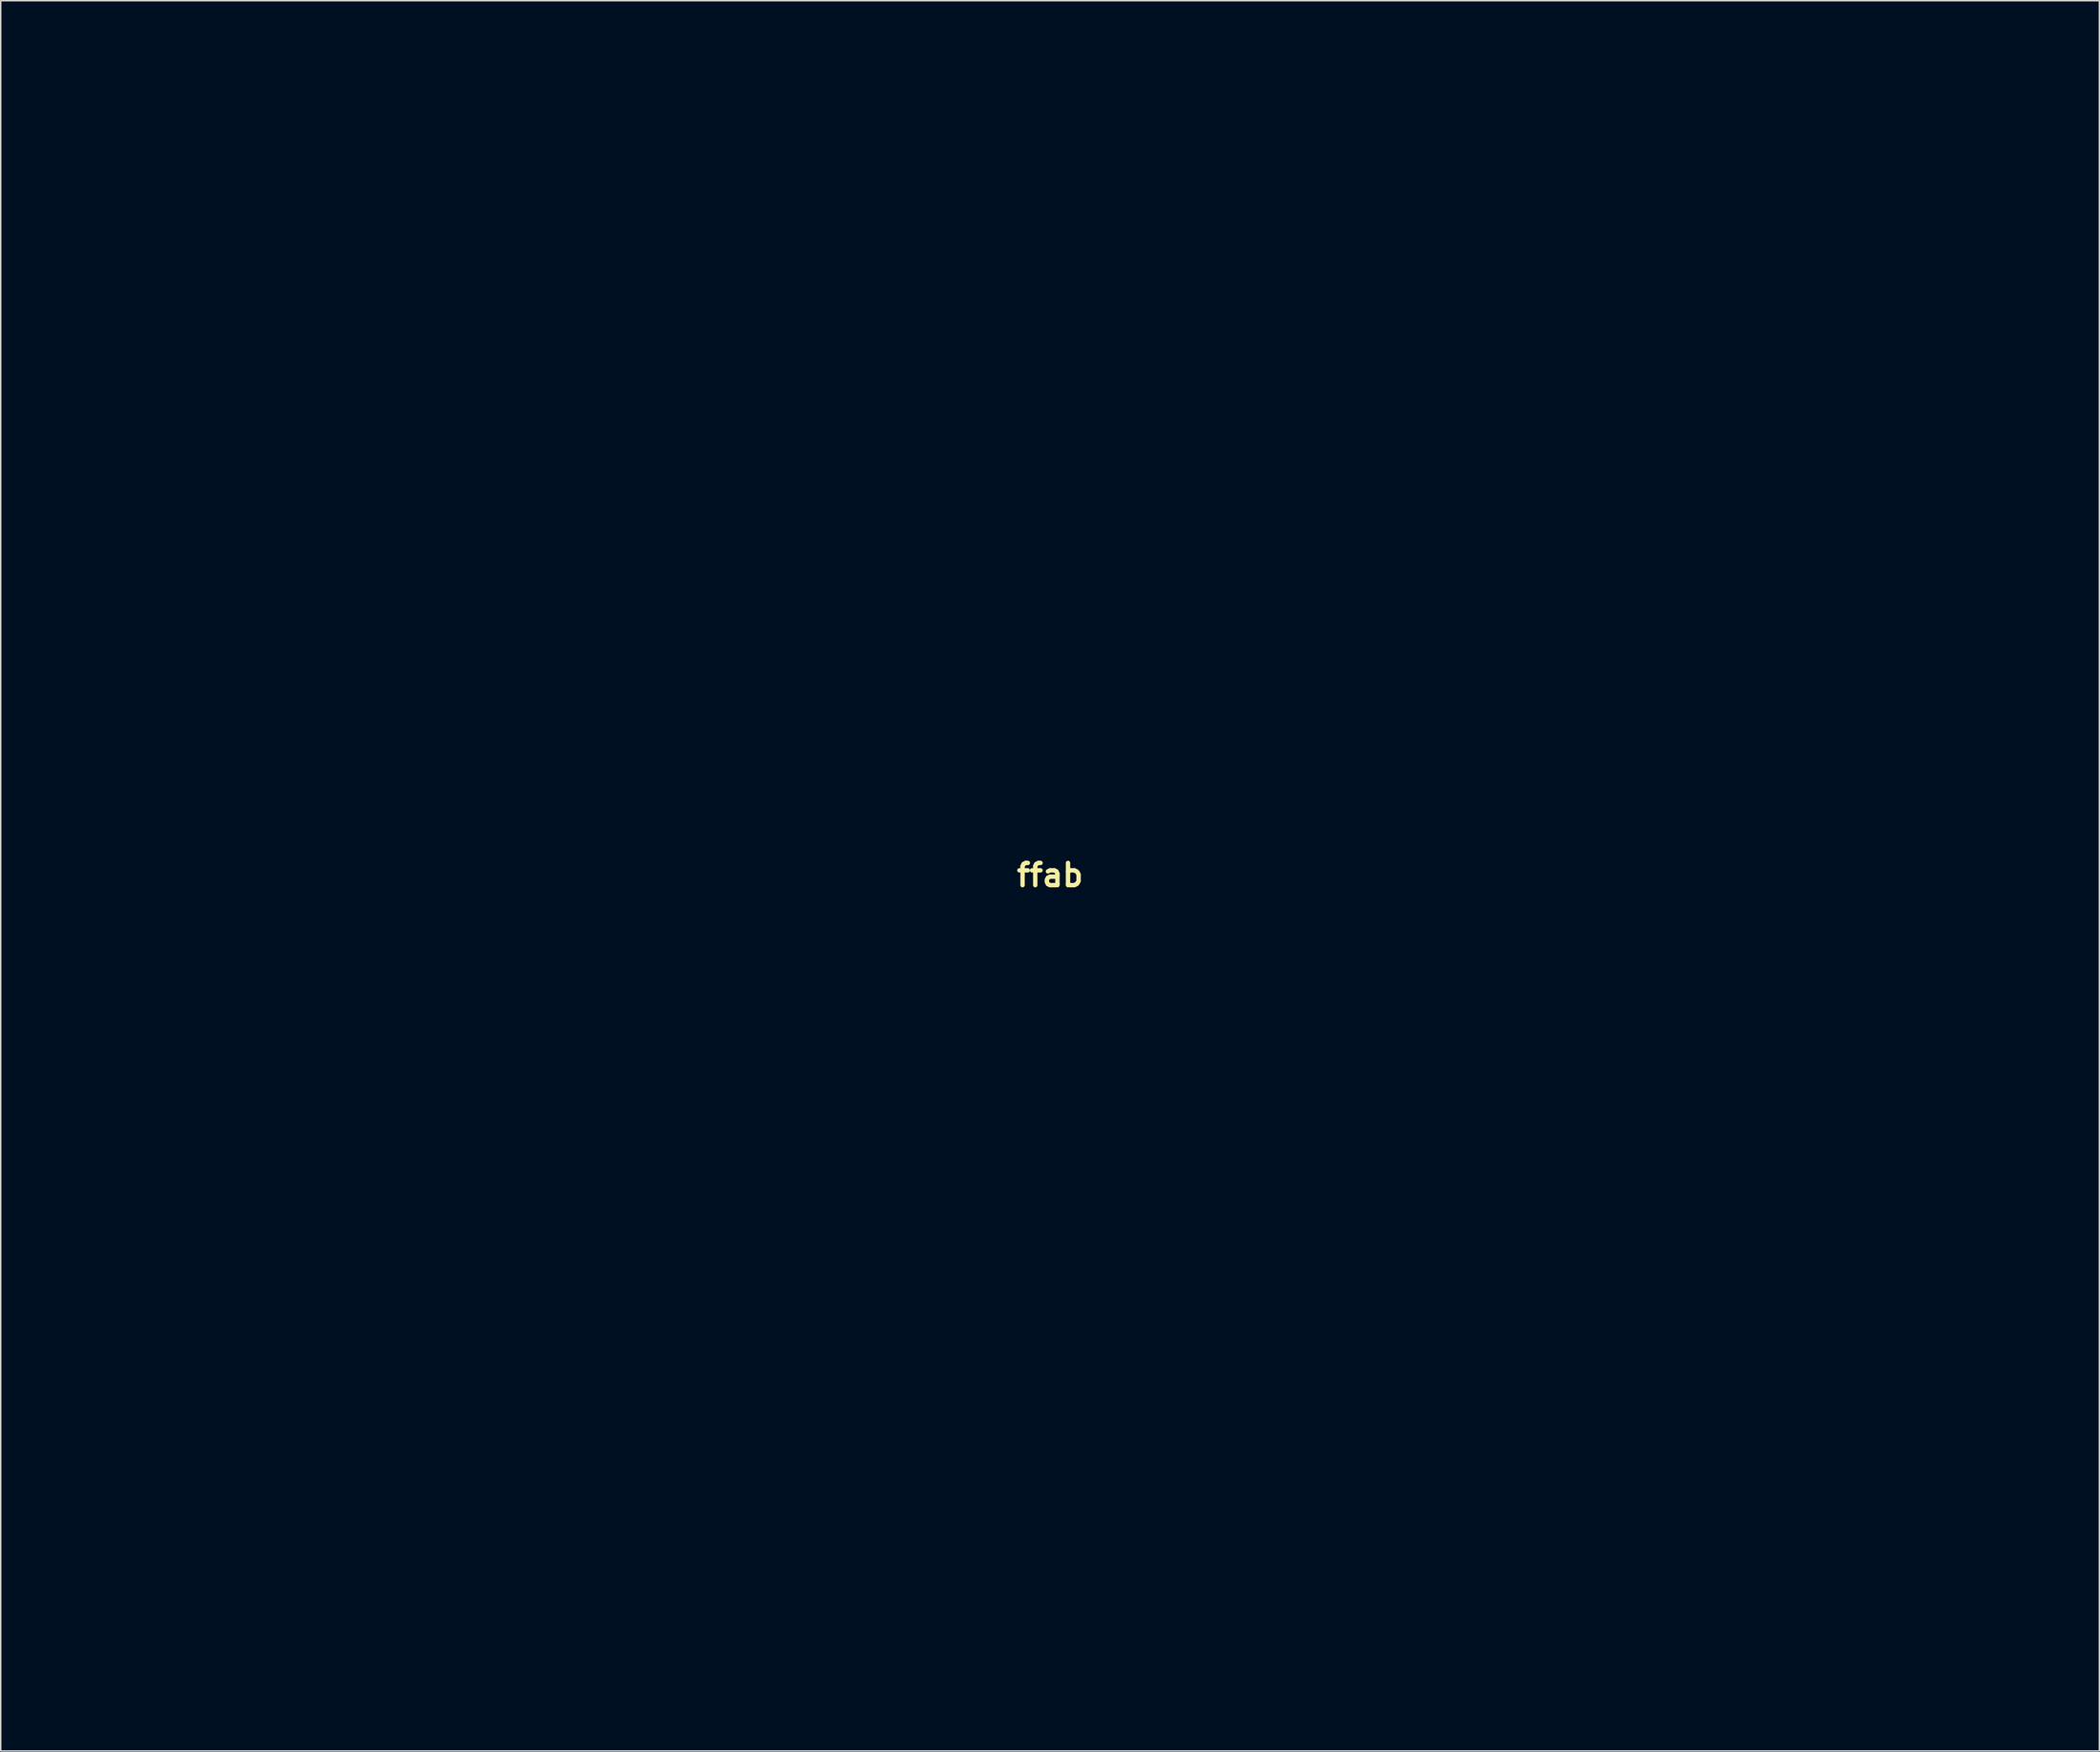
<source format=kicad_pcb>
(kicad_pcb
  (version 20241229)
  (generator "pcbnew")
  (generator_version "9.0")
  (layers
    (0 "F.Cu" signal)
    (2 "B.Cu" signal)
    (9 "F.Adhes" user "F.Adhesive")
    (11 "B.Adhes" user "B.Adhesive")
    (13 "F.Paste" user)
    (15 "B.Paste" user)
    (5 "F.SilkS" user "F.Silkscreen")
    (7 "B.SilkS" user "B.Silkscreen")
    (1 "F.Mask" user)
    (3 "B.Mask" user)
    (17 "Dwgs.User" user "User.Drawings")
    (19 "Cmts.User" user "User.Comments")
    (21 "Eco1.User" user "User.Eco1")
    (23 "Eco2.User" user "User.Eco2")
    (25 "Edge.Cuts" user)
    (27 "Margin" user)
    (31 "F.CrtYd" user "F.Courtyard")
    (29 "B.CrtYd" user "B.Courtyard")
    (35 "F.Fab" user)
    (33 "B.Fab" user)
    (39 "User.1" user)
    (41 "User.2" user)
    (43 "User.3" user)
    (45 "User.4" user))
  (footprint "ffab"
    (layer "F.Cu")
    (at 69.051 57.028)
    (property "Reference" "ffab" (at 0 0 0) (layer "F.SilkS") (effects (font (size 1.524 1.524) (thickness 0.3))))
    (attr through_hole)
    (fp_poly (pts (xy -57.912 28.109) (xy -64.093 28.109) (xy -64.093 22.098) (xy -63.923 22.098) (xy -63.923 25.012) (xy -63.921 25.868) (xy -63.914 26.586) (xy -63.902 27.159) (xy -63.886 27.583) (xy -63.865 27.849) (xy -63.84 27.953) (xy -63.839 27.954) (xy -63.737 27.96) (xy -63.485 27.965) (xy -63.106 27.968) (xy -62.619 27.969) (xy -62.044 27.969) (xy -61.402 27.966) (xy -60.939 27.964) (xy -58.124 27.945) (xy -58.101 25.021) (xy -58.079 22.098) (xy -63.923 22.098) (xy -64.093 22.098) (xy -64.093 22.013) (xy -57.912 22.013) (xy -57.912 28.109)) (stroke (width 0.01) (type solid)) (fill no) (layer "Eco1.User"))
    (fp_poly (pts (xy -49.361 -35.56) (xy -50.864 -35.56) (xy -51.3 -35.558) (xy -51.875 -35.554) (xy -52.558 -35.547) (xy -53.32 -35.539) (xy -54.129 -35.528) (xy -54.956 -35.516) (xy -55.732 -35.504) (xy -59.097 -35.448) (xy -59.097 -47.752) (xy -58.928 -47.752) (xy -58.928 -35.617) (xy -56.325 -35.673) (xy -55.537 -35.688) (xy -54.679 -35.702) (xy -53.8 -35.714) (xy -52.95 -35.722) (xy -52.177 -35.728) (xy -51.626 -35.729) (xy -49.53 -35.729) (xy -49.53 -47.752) (xy -58.928 -47.752) (xy -59.097 -47.752) (xy -59.097 -47.921) (xy -49.361 -47.921) (xy -49.361 -35.56)) (stroke (width 0.01) (type solid)) (fill no) (layer "Eco1.User"))
    (fp_poly (pts (xy -33.867 -10.864) (xy -35.658 -10.808) (xy -36.189 -10.795) (xy -36.853 -10.782) (xy -37.613 -10.772) (xy -38.432 -10.763) (xy -39.274 -10.757) (xy -40.102 -10.753) (xy -40.527 -10.753) (xy -43.603 -10.753) (xy -43.603 -23.029) (xy -43.434 -23.029) (xy -43.434 -10.922) (xy -41.162 -10.922) (xy -40.41 -10.924) (xy -39.546 -10.931) (xy -38.63 -10.941) (xy -37.719 -10.954) (xy -36.871 -10.969) (xy -36.463 -10.978) (xy -34.036 -11.034) (xy -34.036 -23.029) (xy -43.434 -23.029) (xy -43.603 -23.029) (xy -43.603 -23.199) (xy -33.867 -23.199) (xy -33.867 -10.864)) (stroke (width 0.01) (type solid)) (fill no) (layer "Eco1.User"))
    (fp_poly (pts (xy -17.949 28.109) (xy -24.045 28.109) (xy -24.045 22.098) (xy -23.961 22.098) (xy -23.961 27.938) (xy -21.103 27.96) (xy -20.421 27.964) (xy -19.791 27.967) (xy -19.234 27.967) (xy -18.769 27.966) (xy -18.418 27.962) (xy -18.201 27.957) (xy -18.14 27.952) (xy -18.11 27.907) (xy -18.086 27.78) (xy -18.067 27.558) (xy -18.053 27.229) (xy -18.043 26.777) (xy -18.037 26.19) (xy -18.034 25.455) (xy -18.034 25.01) (xy -18.034 22.098) (xy -23.961 22.098) (xy -24.045 22.098) (xy -24.045 22.013) (xy -17.949 22.013) (xy -17.949 28.109)) (stroke (width 0.01) (type solid)) (fill no) (layer "Eco1.User"))
    (fp_poly (pts (xy 12.615 -35.56) (xy 11.063 -35.56) (xy 10.611 -35.558) (xy 10.022 -35.554) (xy 9.326 -35.547) (xy 8.554 -35.538) (xy 7.739 -35.528) (xy 6.911 -35.515) (xy 6.195 -35.504) (xy 2.879 -35.448) (xy 2.879 -47.752) (xy 3.048 -47.752) (xy 3.048 -35.617) (xy 5.602 -35.673) (xy 6.39 -35.689) (xy 7.254 -35.703) (xy 8.144 -35.714) (xy 9.007 -35.723) (xy 9.791 -35.728) (xy 10.301 -35.729) (xy 12.446 -35.729) (xy 12.446 -47.752) (xy 3.048 -47.752) (xy 2.879 -47.752) (xy 2.879 -47.921) (xy 12.615 -47.921) (xy 12.615 -35.56)) (stroke (width 0.01) (type solid)) (fill no) (layer "Eco1.User"))
    (fp_poly (pts (xy 27.855 -10.864) (xy 26.014 -10.809) (xy 25.465 -10.795) (xy 24.785 -10.782) (xy 24.012 -10.772) (xy 23.182 -10.763) (xy 22.335 -10.757) (xy 21.509 -10.753) (xy 21.145 -10.753) (xy 18.119 -10.753) (xy 18.119 -23.029) (xy 18.288 -23.029) (xy 18.288 -10.922) (xy 20.765 -10.922) (xy 21.553 -10.924) (xy 22.43 -10.931) (xy 23.338 -10.941) (xy 24.222 -10.953) (xy 25.027 -10.968) (xy 25.463 -10.978) (xy 27.686 -11.034) (xy 27.686 -23.029) (xy 18.288 -23.029) (xy 18.119 -23.029) (xy 18.119 -23.199) (xy 27.855 -23.199) (xy 27.855 -10.864)) (stroke (width 0.01) (type solid)) (fill no) (layer "Eco1.User"))
    (fp_poly (pts (xy 43.603 -35.56) (xy 42.1 -35.56) (xy 41.664 -35.558) (xy 41.089 -35.554) (xy 40.406 -35.547) (xy 39.644 -35.539) (xy 38.835 -35.528) (xy 38.008 -35.516) (xy 37.232 -35.504) (xy 33.867 -35.448) (xy 33.867 -47.752) (xy 34.036 -47.752) (xy 34.036 -35.617) (xy 36.639 -35.673) (xy 37.427 -35.688) (xy 38.285 -35.702) (xy 39.164 -35.714) (xy 40.014 -35.722) (xy 40.787 -35.728) (xy 41.339 -35.729) (xy 43.434 -35.729) (xy 43.434 -47.752) (xy 34.036 -47.752) (xy 33.867 -47.752) (xy 33.867 -47.921) (xy 43.603 -47.921) (xy 43.603 -35.56)) (stroke (width 0.01) (type solid)) (fill no) (layer "Eco1.User"))
    (fp_poly (pts (xy 59.097 -10.864) (xy 57.433 -10.808) (xy 56.945 -10.795) (xy 56.322 -10.783) (xy 55.596 -10.772) (xy 54.803 -10.764) (xy 53.974 -10.757) (xy 53.145 -10.754) (xy 52.564 -10.753) (xy 49.361 -10.753) (xy 49.361 -23.029) (xy 49.53 -23.029) (xy 49.53 -10.922) (xy 51.88 -10.922) (xy 52.672 -10.925) (xy 53.57 -10.932) (xy 54.513 -10.942) (xy 55.437 -10.956) (xy 56.279 -10.971) (xy 56.578 -10.978) (xy 58.928 -11.034) (xy 58.928 -23.029) (xy 49.53 -23.029) (xy 49.361 -23.029) (xy 49.361 -23.199) (xy 59.097 -23.199) (xy 59.097 -10.864)) (stroke (width 0.01) (type solid)) (fill no) (layer "Eco1.User"))
    (fp_poly (pts (xy -18.373 -35.56) (xy -19.833 -35.56) (xy -20.257 -35.558) (xy -20.82 -35.554) (xy -21.493 -35.547) (xy -22.246 -35.539) (xy -23.05 -35.528) (xy -23.875 -35.516) (xy -24.692 -35.504) (xy -24.701 -35.504) (xy -28.109 -35.448) (xy -28.109 -47.752) (xy -27.94 -47.752) (xy -27.94 -35.617) (xy -25.463 -35.673) (xy -24.675 -35.689) (xy -23.799 -35.703) (xy -22.891 -35.715) (xy -22.007 -35.723) (xy -21.202 -35.728) (xy -20.765 -35.729) (xy -18.542 -35.729) (xy -18.542 -47.752) (xy -27.94 -47.752) (xy -28.109 -47.752) (xy -28.109 -47.921) (xy -18.373 -47.921) (xy -18.373 -35.56)) (stroke (width 0.01) (type solid)) (fill no) (layer "Eco1.User"))
    (fp_poly (pts (xy -2.879 -10.846) (xy -4.128 -10.817) (xy -4.49 -10.811) (xy -4.996 -10.803) (xy -5.618 -10.796) (xy -6.331 -10.789) (xy -7.108 -10.782) (xy -7.923 -10.776) (xy -8.75 -10.77) (xy -8.996 -10.769) (xy -12.615 -10.749) (xy -12.615 -23.029) (xy -12.446 -23.029) (xy -12.446 -10.916) (xy -9.292 -10.939) (xy -8.495 -10.945) (xy -7.68 -10.953) (xy -6.879 -10.96) (xy -6.127 -10.968) (xy -5.455 -10.976) (xy -4.897 -10.983) (xy -4.593 -10.988) (xy -3.048 -11.014) (xy -3.048 -23.029) (xy -12.446 -23.029) (xy -12.615 -23.029) (xy -12.615 -23.199) (xy -2.879 -23.199) (xy -2.879 -10.846)) (stroke (width 0.01) (type solid)) (fill no) (layer "Eco1.User"))
    (fp_poly (pts (xy -21.026 47.403) (xy -20.998 47.586) (xy -20.997 47.625) (xy -20.983 47.824) (xy -20.911 47.906) (xy -20.743 47.921) (xy -20.542 47.959) (xy -20.489 48.048) (xy -20.565 48.149) (xy -20.743 48.175) (xy -20.914 48.192) (xy -20.984 48.276) (xy -20.997 48.472) (xy -21.023 48.683) (xy -21.087 48.766) (xy -21.168 48.703) (xy -21.2 48.634) (xy -21.245 48.432) (xy -21.251 48.338) (xy -21.305 48.209) (xy -21.463 48.175) (xy -21.633 48.131) (xy -21.675 48.048) (xy -21.599 47.947) (xy -21.422 47.921) (xy -21.237 47.894) (xy -21.18 47.799) (xy -21.181 47.773) (xy -21.181 47.496) (xy -21.126 47.347) (xy -21.082 47.329) (xy -21.026 47.403)) (stroke (width 0.01) (type solid)) (fill no) (layer "Eco1.User"))
    (fp_poly (pts (xy 20.964 47.405) (xy 20.997 47.61) (xy 20.997 47.618) (xy 21.011 47.82) (xy 21.079 47.904) (xy 21.245 47.921) (xy 21.251 47.921) (xy 21.453 47.959) (xy 21.505 48.048) (xy 21.43 48.149) (xy 21.251 48.175) (xy 21.081 48.192) (xy 21.011 48.276) (xy 20.997 48.472) (xy 20.971 48.697) (xy 20.894 48.768) (xy 20.8 48.712) (xy 20.758 48.593) (xy 20.743 48.415) (xy 20.717 48.24) (xy 20.609 48.179) (xy 20.532 48.175) (xy 20.361 48.131) (xy 20.32 48.048) (xy 20.393 47.946) (xy 20.526 47.921) (xy 20.676 47.89) (xy 20.743 47.763) (xy 20.759 47.653) (xy 20.812 47.431) (xy 20.892 47.346) (xy 20.964 47.405)) (stroke (width 0.01) (type solid)) (fill no) (layer "Eco1.User"))
    (fp_poly (pts (xy -51.939 -11.692) (xy -51.908 -11.495) (xy -51.901 -11.307) (xy -51.901 -10.846) (xy -51.434 -10.82) (xy -51.179 -10.793) (xy -51.009 -10.748) (xy -50.967 -10.71) (xy -51.044 -10.66) (xy -51.242 -10.618) (xy -51.434 -10.6) (xy -51.901 -10.575) (xy -51.901 -10.113) (xy -51.915 -9.86) (xy -51.951 -9.692) (xy -51.985 -9.652) (xy -52.032 -9.729) (xy -52.063 -9.926) (xy -52.07 -10.113) (xy -52.07 -10.575) (xy -52.537 -10.6) (xy -52.792 -10.628) (xy -52.962 -10.673) (xy -53.003 -10.71) (xy -52.927 -10.761) (xy -52.729 -10.802) (xy -52.537 -10.82) (xy -52.07 -10.846) (xy -52.07 -11.307) (xy -52.056 -11.561) (xy -52.02 -11.729) (xy -51.985 -11.769) (xy -51.939 -11.692)) (stroke (width 0.01) (type solid)) (fill no) (layer "Eco1.User"))
    (fp_poly (pts (xy -41.186 -36.426) (xy -41.155 -36.206) (xy -41.148 -36.021) (xy -41.148 -35.56) (xy -40.687 -35.56) (xy -40.422 -35.546) (xy -40.232 -35.509) (xy -40.174 -35.475) (xy -40.219 -35.426) (xy -40.415 -35.397) (xy -40.635 -35.391) (xy -41.148 -35.391) (xy -41.148 -34.883) (xy -41.161 -34.612) (xy -41.194 -34.429) (xy -41.233 -34.375) (xy -41.278 -34.452) (xy -41.308 -34.653) (xy -41.317 -34.883) (xy -41.317 -35.391) (xy -41.825 -35.391) (xy -42.096 -35.404) (xy -42.279 -35.437) (xy -42.333 -35.475) (xy -42.256 -35.52) (xy -42.055 -35.551) (xy -41.825 -35.56) (xy -41.317 -35.56) (xy -41.317 -36.073) (xy -41.305 -36.365) (xy -41.27 -36.518) (xy -41.233 -36.534) (xy -41.186 -36.426)) (stroke (width 0.01) (type solid)) (fill no) (layer "Eco1.User"))
    (fp_poly (pts (xy -10.198 -36.426) (xy -10.167 -36.206) (xy -10.16 -36.021) (xy -10.16 -35.56) (xy -9.652 -35.56) (xy -9.381 -35.547) (xy -9.198 -35.514) (xy -9.144 -35.475) (xy -9.221 -35.43) (xy -9.423 -35.4) (xy -9.652 -35.391) (xy -10.16 -35.391) (xy -10.16 -34.883) (xy -10.173 -34.612) (xy -10.206 -34.429) (xy -10.245 -34.375) (xy -10.29 -34.452) (xy -10.32 -34.653) (xy -10.329 -34.883) (xy -10.329 -35.391) (xy -10.837 -35.391) (xy -11.108 -35.404) (xy -11.291 -35.437) (xy -11.345 -35.475) (xy -11.268 -35.52) (xy -11.067 -35.551) (xy -10.837 -35.56) (xy -10.329 -35.56) (xy -10.329 -36.073) (xy -10.317 -36.365) (xy -10.282 -36.518) (xy -10.245 -36.534) (xy -10.198 -36.426)) (stroke (width 0.01) (type solid)) (fill no) (layer "Eco1.User"))
    (fp_poly (pts (xy 20.793 -36.489) (xy 20.822 -36.293) (xy 20.828 -36.073) (xy 20.828 -35.56) (xy 21.289 -35.56) (xy 21.554 -35.546) (xy 21.744 -35.509) (xy 21.802 -35.475) (xy 21.757 -35.426) (xy 21.561 -35.397) (xy 21.341 -35.391) (xy 20.828 -35.391) (xy 20.828 -34.883) (xy 20.815 -34.612) (xy 20.782 -34.429) (xy 20.743 -34.375) (xy 20.698 -34.452) (xy 20.668 -34.653) (xy 20.659 -34.883) (xy 20.659 -35.391) (xy 20.151 -35.391) (xy 19.88 -35.404) (xy 19.697 -35.437) (xy 19.643 -35.475) (xy 19.72 -35.52) (xy 19.921 -35.551) (xy 20.151 -35.56) (xy 20.659 -35.56) (xy 20.659 -36.021) (xy 20.673 -36.286) (xy 20.71 -36.476) (xy 20.743 -36.534) (xy 20.793 -36.489)) (stroke (width 0.01) (type solid)) (fill no) (layer "Eco1.User"))
    (fp_poly (pts (xy 51.781 -36.489) (xy 51.81 -36.293) (xy 51.816 -36.073) (xy 51.816 -35.56) (xy 52.324 -35.56) (xy 52.595 -35.547) (xy 52.778 -35.514) (xy 52.832 -35.475) (xy 52.755 -35.43) (xy 52.553 -35.4) (xy 52.324 -35.391) (xy 51.816 -35.391) (xy 51.816 -34.883) (xy 51.803 -34.612) (xy 51.77 -34.429) (xy 51.731 -34.375) (xy 51.686 -34.452) (xy 51.656 -34.653) (xy 51.647 -34.883) (xy 51.647 -35.391) (xy 51.134 -35.391) (xy 50.842 -35.403) (xy 50.688 -35.438) (xy 50.673 -35.475) (xy 50.78 -35.522) (xy 51.001 -35.553) (xy 51.186 -35.56) (xy 51.647 -35.56) (xy 51.647 -36.021) (xy 51.661 -36.286) (xy 51.698 -36.476) (xy 51.731 -36.534) (xy 51.781 -36.489)) (stroke (width 0.01) (type solid)) (fill no) (layer "Eco1.User"))
    (fp_poly (pts (xy 10.037 -11.692) (xy 10.068 -11.495) (xy 10.075 -11.307) (xy 10.075 -10.846) (xy 10.542 -10.82) (xy 10.797 -10.793) (xy 10.967 -10.748) (xy 11.009 -10.71) (xy 10.932 -10.66) (xy 10.734 -10.618) (xy 10.542 -10.6) (xy 10.075 -10.575) (xy 10.075 -10.113) (xy 10.061 -9.86) (xy 10.025 -9.692) (xy 9.991 -9.652) (xy 9.944 -9.729) (xy 9.914 -9.926) (xy 9.906 -10.118) (xy 9.906 -10.583) (xy 9.445 -10.583) (xy 9.156 -10.6) (xy 8.973 -10.645) (xy 8.917 -10.708) (xy 9.008 -10.779) (xy 9.024 -10.786) (xy 9.189 -10.818) (xy 9.44 -10.836) (xy 9.532 -10.837) (xy 9.906 -10.837) (xy 9.906 -11.303) (xy 9.92 -11.558) (xy 9.956 -11.727) (xy 9.991 -11.769) (xy 10.037 -11.692)) (stroke (width 0.01) (type solid)) (fill no) (layer "Eco1.User"))
    (fp_poly (pts (xy 41.025 -11.692) (xy 41.056 -11.495) (xy 41.063 -11.303) (xy 41.082 -10.993) (xy 41.137 -10.845) (xy 41.169 -10.831) (xy 41.316 -10.823) (xy 41.553 -10.813) (xy 41.634 -10.81) (xy 41.888 -10.78) (xy 41.985 -10.728) (xy 41.932 -10.669) (xy 41.737 -10.62) (xy 41.53 -10.6) (xy 41.063 -10.575) (xy 41.063 -10.113) (xy 41.049 -9.86) (xy 41.013 -9.692) (xy 40.979 -9.652) (xy 40.932 -9.729) (xy 40.901 -9.926) (xy 40.894 -10.113) (xy 40.894 -10.575) (xy 40.427 -10.6) (xy 40.172 -10.628) (xy 40.002 -10.673) (xy 39.961 -10.71) (xy 40.037 -10.761) (xy 40.235 -10.802) (xy 40.427 -10.82) (xy 40.894 -10.846) (xy 40.894 -11.307) (xy 40.908 -11.561) (xy 40.944 -11.729) (xy 40.979 -11.769) (xy 41.025 -11.692)) (stroke (width 0.01) (type solid)) (fill no) (layer "Eco1.User"))
    (fp_poly (pts (xy 0.041 14.558) (xy 0.071 14.776) (xy 0.084 15.104) (xy 0.085 15.194) (xy 0.085 15.911) (xy 0.805 15.935) (xy 1.209 15.962) (xy 1.446 16.002) (xy 1.516 16.048) (xy 1.419 16.09) (xy 1.155 16.12) (xy 0.804 16.129) (xy 0.084 16.129) (xy 0.085 16.87) (xy 0.075 17.228) (xy 0.05 17.482) (xy 0.012 17.604) (xy 0 17.611) (xy -0.041 17.531) (xy -0.07 17.311) (xy -0.084 16.979) (xy -0.085 16.87) (xy -0.084 16.129) (xy -0.804 16.129) (xy -1.208 16.116) (xy -1.446 16.084) (xy -1.516 16.041) (xy -1.42 15.995) (xy -1.156 15.956) (xy -0.805 15.935) (xy -0.085 15.911) (xy -0.085 15.194) (xy -0.075 14.845) (xy -0.049 14.598) (xy -0.011 14.483) (xy 0 14.478) (xy 0.041 14.558)) (stroke (width 0.01) (type solid)) (fill no) (layer "Eco1.User"))
    (fp_poly (pts (xy -60.918 23.854) (xy -60.887 24.08) (xy -60.875 24.379) (xy -60.875 24.389) (xy -60.875 24.977) (xy -60.283 24.977) (xy -59.979 24.988) (xy -59.769 25.018) (xy -59.69 25.061) (xy -59.69 25.061) (xy -59.768 25.105) (xy -59.978 25.135) (xy -60.282 25.146) (xy -60.875 25.146) (xy -60.875 25.734) (xy -60.887 26.034) (xy -60.917 26.263) (xy -60.959 26.373) (xy -60.96 26.374) (xy -61.006 26.325) (xy -61.035 26.121) (xy -61.045 25.786) (xy -61.045 25.146) (xy -61.68 25.146) (xy -62 25.135) (xy -62.223 25.107) (xy -62.314 25.065) (xy -62.315 25.061) (xy -62.236 25.019) (xy -62.023 24.989) (xy -61.709 24.977) (xy -61.68 24.977) (xy -61.045 24.977) (xy -61.045 24.337) (xy -61.034 23.995) (xy -61.005 23.795) (xy -60.96 23.749) (xy -60.918 23.854)) (stroke (width 0.01) (type solid)) (fill no) (layer "Eco1.User"))
    (fp_poly (pts (xy -20.955 23.785) (xy -20.925 23.999) (xy -20.913 24.312) (xy -20.913 24.342) (xy -20.913 24.977) (xy -20.273 24.977) (xy -19.931 24.987) (xy -19.731 25.016) (xy -19.685 25.061) (xy -19.79 25.104) (xy -20.016 25.134) (xy -20.315 25.146) (xy -20.325 25.146) (xy -20.913 25.146) (xy -20.913 25.739) (xy -20.924 26.043) (xy -20.954 26.253) (xy -20.997 26.331) (xy -20.997 26.331) (xy -21.041 26.253) (xy -21.071 26.043) (xy -21.082 25.739) (xy -21.082 25.146) (xy -21.67 25.146) (xy -21.97 25.135) (xy -22.199 25.105) (xy -22.309 25.063) (xy -22.31 25.061) (xy -22.261 25.015) (xy -22.057 24.986) (xy -21.722 24.977) (xy -21.082 24.977) (xy -21.082 24.342) (xy -21.071 24.022) (xy -21.043 23.799) (xy -21.001 23.707) (xy -20.997 23.707) (xy -20.955 23.785)) (stroke (width 0.01) (type solid)) (fill no) (layer "Eco1.User"))
    (fp_poly (pts (xy -54.254 -45.012) (xy -54.217 -44.842) (xy -54.187 -44.505) (xy -54.168 -44.048) (xy -54.144 -43.053) (xy -53.146 -43.029) (xy -52.67 -43.009) (xy -52.361 -42.978) (xy -52.217 -42.941) (xy -52.235 -42.904) (xy -52.414 -42.872) (xy -52.752 -42.849) (xy -53.218 -42.841) (xy -54.187 -42.841) (xy -54.187 -41.868) (xy -54.194 -41.434) (xy -54.214 -41.116) (xy -54.245 -40.932) (xy -54.271 -40.894) (xy -54.309 -40.975) (xy -54.337 -41.205) (xy -54.353 -41.563) (xy -54.356 -41.868) (xy -54.356 -42.841) (xy -55.33 -42.841) (xy -55.763 -42.848) (xy -56.082 -42.868) (xy -56.266 -42.9) (xy -56.303 -42.926) (xy -56.222 -42.964) (xy -55.992 -42.991) (xy -55.634 -43.007) (xy -55.33 -43.011) (xy -54.356 -43.011) (xy -54.356 -44.027) (xy -54.347 -44.521) (xy -54.324 -44.851) (xy -54.291 -45.015) (xy -54.254 -45.012)) (stroke (width 0.01) (type solid)) (fill no) (layer "Eco1.User"))
    (fp_poly (pts (xy -20.951 -11.692) (xy -20.92 -11.495) (xy -20.913 -11.303) (xy -20.894 -10.992) (xy -20.838 -10.844) (xy -20.807 -10.83) (xy -20.658 -10.822) (xy -20.423 -10.811) (xy -20.362 -10.808) (xy -20.108 -10.778) (xy -20.012 -10.725) (xy -20.067 -10.666) (xy -20.266 -10.617) (xy -20.446 -10.6) (xy -20.913 -10.575) (xy -20.913 -10.113) (xy -20.927 -9.86) (xy -20.963 -9.692) (xy -20.997 -9.652) (xy -21.044 -9.729) (xy -21.075 -9.926) (xy -21.082 -10.113) (xy -21.082 -10.575) (xy -21.549 -10.6) (xy -21.829 -10.635) (xy -21.969 -10.69) (xy -21.962 -10.749) (xy -21.8 -10.795) (xy -21.632 -10.808) (xy -21.389 -10.819) (xy -21.211 -10.828) (xy -21.188 -10.83) (xy -21.117 -10.917) (xy -21.085 -11.166) (xy -21.082 -11.303) (xy -21.068 -11.558) (xy -21.032 -11.727) (xy -20.997 -11.769) (xy -20.951 -11.692)) (stroke (width 0.01) (type solid)) (fill no) (layer "Eco1.User"))
    (fp_poly (pts (xy 23.065 -20.175) (xy 23.092 -19.934) (xy 23.109 -19.587) (xy 23.114 -19.257) (xy 23.114 -18.288) (xy 24.088 -18.288) (xy 24.521 -18.281) (xy 24.84 -18.261) (xy 25.024 -18.23) (xy 25.061 -18.203) (xy 24.98 -18.166) (xy 24.75 -18.138) (xy 24.392 -18.122) (xy 24.088 -18.119) (xy 23.114 -18.119) (xy 23.114 -17.15) (xy 23.107 -16.742) (xy 23.087 -16.414) (xy 23.058 -16.199) (xy 23.029 -16.129) (xy 22.99 -16.185) (xy 22.963 -16.402) (xy 22.948 -16.772) (xy 22.945 -17.098) (xy 22.945 -18.119) (xy 21.929 -18.119) (xy 21.483 -18.125) (xy 21.153 -18.145) (xy 20.958 -18.175) (xy 20.913 -18.203) (xy 20.994 -18.24) (xy 21.225 -18.268) (xy 21.587 -18.284) (xy 21.929 -18.288) (xy 22.945 -18.288) (xy 22.945 -19.309) (xy 22.951 -19.777) (xy 22.971 -20.097) (xy 23.002 -20.26) (xy 23.029 -20.278) (xy 23.065 -20.175)) (stroke (width 0.01) (type solid)) (fill no) (layer "Eco1.User"))
    (fp_poly (pts (xy 54.307 -20.175) (xy 54.334 -19.934) (xy 54.351 -19.587) (xy 54.356 -19.257) (xy 54.356 -18.288) (xy 55.33 -18.288) (xy 55.763 -18.281) (xy 56.082 -18.261) (xy 56.266 -18.23) (xy 56.303 -18.203) (xy 56.222 -18.166) (xy 55.992 -18.138) (xy 55.634 -18.122) (xy 55.33 -18.119) (xy 54.356 -18.119) (xy 54.356 -17.15) (xy 54.349 -16.742) (xy 54.329 -16.414) (xy 54.3 -16.199) (xy 54.271 -16.129) (xy 54.232 -16.185) (xy 54.205 -16.402) (xy 54.19 -16.772) (xy 54.187 -17.098) (xy 54.187 -18.119) (xy 53.171 -18.119) (xy 52.725 -18.125) (xy 52.395 -18.145) (xy 52.2 -18.175) (xy 52.155 -18.203) (xy 52.236 -18.24) (xy 52.467 -18.268) (xy 52.829 -18.284) (xy 53.171 -18.288) (xy 54.187 -18.288) (xy 54.187 -19.309) (xy 54.193 -19.777) (xy 54.213 -20.097) (xy 54.244 -20.26) (xy 54.271 -20.278) (xy 54.307 -20.175)) (stroke (width 0.01) (type solid)) (fill no) (layer "Eco1.User"))
    (fp_poly (pts (xy -38.738 -20.222) (xy -38.711 -20.005) (xy -38.696 -19.634) (xy -38.693 -19.309) (xy -38.693 -18.288) (xy -37.677 -18.288) (xy -37.231 -18.281) (xy -36.901 -18.262) (xy -36.706 -18.232) (xy -36.661 -18.203) (xy -36.742 -18.166) (xy -36.973 -18.139) (xy -37.334 -18.122) (xy -37.674 -18.119) (xy -38.687 -18.119) (xy -38.711 -17.095) (xy -38.725 -16.709) (xy -38.746 -16.4) (xy -38.771 -16.199) (xy -38.797 -16.134) (xy -38.798 -16.136) (xy -38.824 -16.241) (xy -38.844 -16.48) (xy -38.858 -16.814) (xy -38.862 -17.159) (xy -38.862 -18.119) (xy -39.836 -18.119) (xy -40.269 -18.126) (xy -40.588 -18.146) (xy -40.772 -18.177) (xy -40.809 -18.203) (xy -40.728 -18.241) (xy -40.498 -18.269) (xy -40.14 -18.285) (xy -39.836 -18.288) (xy -38.862 -18.288) (xy -38.862 -19.257) (xy -38.855 -19.665) (xy -38.835 -19.993) (xy -38.806 -20.208) (xy -38.777 -20.278) (xy -38.738 -20.222)) (stroke (width 0.01) (type solid)) (fill no) (layer "Eco1.User"))
    (fp_poly (pts (xy -40.941 14.051) (xy -40.913 14.281) (xy -40.897 14.639) (xy -40.894 14.944) (xy -40.894 15.917) (xy -39.925 15.917) (xy -39.535 15.924) (xy -39.211 15.943) (xy -38.989 15.97) (xy -38.906 16) (xy -38.928 16.082) (xy -39.113 16.136) (xy -39.462 16.162) (xy -39.978 16.159) (xy -40.078 16.156) (xy -40.894 16.129) (xy -40.894 17.124) (xy -40.901 17.564) (xy -40.921 17.888) (xy -40.951 18.077) (xy -40.979 18.119) (xy -41.016 18.038) (xy -41.044 17.808) (xy -41.06 17.45) (xy -41.063 17.145) (xy -41.063 16.171) (xy -41.945 16.171) (xy -42.439 16.165) (xy -42.78 16.144) (xy -42.981 16.105) (xy -43.059 16.048) (xy -43.048 15.993) (xy -42.949 15.963) (xy -42.717 15.939) (xy -42.387 15.923) (xy -42.032 15.917) (xy -41.063 15.917) (xy -41.063 14.944) (xy -41.056 14.51) (xy -41.036 14.192) (xy -41.005 14.008) (xy -40.979 13.97) (xy -40.941 14.051)) (stroke (width 0.01) (type solid)) (fill no) (layer "Eco1.User"))
    (fp_poly (pts (xy -23.218 -44.942) (xy -23.18 -44.758) (xy -23.149 -44.408) (xy -23.132 -43.985) (xy -23.109 -43.011) (xy -22.138 -43.011) (xy -21.705 -43.004) (xy -21.387 -42.984) (xy -21.204 -42.952) (xy -21.167 -42.926) (xy -21.248 -42.888) (xy -21.478 -42.861) (xy -21.836 -42.845) (xy -22.14 -42.841) (xy -23.114 -42.841) (xy -23.122 -42.143) (xy -23.129 -41.67) (xy -23.139 -41.339) (xy -23.156 -41.125) (xy -23.182 -41) (xy -23.221 -40.938) (xy -23.262 -40.916) (xy -23.31 -40.941) (xy -23.342 -41.068) (xy -23.36 -41.318) (xy -23.368 -41.71) (xy -23.368 -41.861) (xy -23.368 -42.841) (xy -24.342 -42.841) (xy -24.775 -42.848) (xy -25.094 -42.868) (xy -25.278 -42.9) (xy -25.315 -42.926) (xy -25.234 -42.964) (xy -25.004 -42.991) (xy -24.647 -43.007) (xy -24.344 -43.011) (xy -23.373 -43.011) (xy -23.35 -44.005) (xy -23.329 -44.491) (xy -23.297 -44.809) (xy -23.258 -44.959) (xy -23.218 -44.942)) (stroke (width 0.01) (type solid)) (fill no) (layer "Eco1.User"))
    (fp_poly (pts (xy 41.016 14.051) (xy 41.044 14.281) (xy 41.06 14.639) (xy 41.063 14.944) (xy 41.063 15.917) (xy 42.032 15.917) (xy 42.42 15.924) (xy 42.743 15.941) (xy 42.964 15.966) (xy 43.048 15.993) (xy 43.048 16.066) (xy 42.937 16.118) (xy 42.697 16.151) (xy 42.314 16.168) (xy 41.945 16.171) (xy 41.063 16.171) (xy 41.063 17.145) (xy 41.056 17.578) (xy 41.036 17.897) (xy 41.005 18.081) (xy 40.979 18.119) (xy 40.941 18.037) (xy 40.914 17.807) (xy 40.898 17.447) (xy 40.894 17.124) (xy 40.894 16.129) (xy 40.078 16.156) (xy 39.535 16.163) (xy 39.158 16.142) (xy 38.946 16.093) (xy 38.898 16.015) (xy 38.906 16) (xy 39.006 15.967) (xy 39.24 15.94) (xy 39.573 15.923) (xy 39.925 15.917) (xy 40.894 15.917) (xy 40.894 14.944) (xy 40.901 14.51) (xy 40.921 14.192) (xy 40.952 14.008) (xy 40.979 13.97) (xy 41.016 14.051)) (stroke (width 0.01) (type solid)) (fill no) (layer "Eco1.User"))
    (fp_poly (pts (xy -7.704 -20.27) (xy -7.694 -20.24) (xy -7.664 -20.075) (xy -7.662 -20.066) (xy -7.652 -19.95) (xy -7.643 -19.705) (xy -7.634 -19.372) (xy -7.631 -19.135) (xy -7.62 -18.288) (xy -6.646 -18.288) (xy -6.213 -18.281) (xy -5.894 -18.261) (xy -5.71 -18.23) (xy -5.673 -18.203) (xy -5.754 -18.166) (xy -5.984 -18.138) (xy -6.342 -18.122) (xy -6.646 -18.119) (xy -7.62 -18.119) (xy -7.62 -17.15) (xy -7.628 -16.666) (xy -7.652 -16.339) (xy -7.696 -16.157) (xy -7.761 -16.108) (xy -7.82 -16.145) (xy -7.841 -16.247) (xy -7.859 -16.482) (xy -7.87 -16.813) (xy -7.874 -17.159) (xy -7.874 -18.119) (xy -8.848 -18.119) (xy -9.281 -18.126) (xy -9.6 -18.146) (xy -9.784 -18.177) (xy -9.821 -18.203) (xy -9.74 -18.241) (xy -9.51 -18.269) (xy -9.152 -18.285) (xy -8.848 -18.288) (xy -7.874 -18.288) (xy -7.874 -19.257) (xy -7.867 -19.665) (xy -7.847 -19.993) (xy -7.818 -20.208) (xy -7.789 -20.278) (xy -7.704 -20.27)) (stroke (width 0.01) (type solid)) (fill no) (layer "Eco1.User"))
    (fp_poly (pts (xy -13.929 3.551) (xy -13.9 3.77) (xy -13.886 4.098) (xy -13.885 4.191) (xy -13.885 4.911) (xy -13.293 4.921) (xy -12.985 4.929) (xy -12.742 4.941) (xy -12.617 4.953) (xy -12.615 4.953) (xy -12.45 4.984) (xy -12.441 4.985) (xy -12.391 5.047) (xy -12.404 5.08) (xy -12.507 5.119) (xy -12.737 5.148) (xy -13.05 5.163) (xy -13.171 5.165) (xy -13.885 5.165) (xy -13.885 5.884) (xy -13.895 6.235) (xy -13.92 6.483) (xy -13.959 6.599) (xy -13.97 6.604) (xy -14.011 6.524) (xy -14.04 6.306) (xy -14.054 5.977) (xy -14.055 5.884) (xy -14.055 5.165) (xy -14.817 5.165) (xy -15.196 5.154) (xy -15.452 5.123) (xy -15.573 5.079) (xy -15.549 5.024) (xy -15.368 4.963) (xy -15.337 4.956) (xy -15.137 4.921) (xy -15.019 4.917) (xy -14.897 4.923) (xy -14.667 4.923) (xy -14.499 4.921) (xy -14.055 4.911) (xy -14.055 4.191) (xy -14.045 3.841) (xy -14.02 3.592) (xy -13.981 3.476) (xy -13.97 3.471) (xy -13.929 3.551)) (stroke (width 0.01) (type solid)) (fill no) (layer "Eco1.User"))
    (fp_poly (pts (xy 7.785 -44.878) (xy 7.819 -44.653) (xy 7.844 -44.307) (xy 7.856 -43.985) (xy 7.879 -43.011) (xy 8.85 -43.011) (xy 9.283 -43.004) (xy 9.601 -42.984) (xy 9.784 -42.952) (xy 9.821 -42.926) (xy 9.74 -42.888) (xy 9.51 -42.861) (xy 9.152 -42.845) (xy 8.848 -42.841) (xy 7.874 -42.841) (xy 7.874 -41.868) (xy 7.867 -41.434) (xy 7.847 -41.116) (xy 7.816 -40.932) (xy 7.789 -40.894) (xy 7.698 -40.928) (xy 7.694 -40.936) (xy 7.666 -41.049) (xy 7.662 -41.063) (xy 7.652 -41.18) (xy 7.643 -41.425) (xy 7.634 -41.757) (xy 7.631 -41.995) (xy 7.62 -42.841) (xy 6.646 -42.841) (xy 6.213 -42.848) (xy 5.894 -42.868) (xy 5.71 -42.9) (xy 5.673 -42.926) (xy 5.754 -42.964) (xy 5.984 -42.991) (xy 6.342 -43.007) (xy 6.646 -43.011) (xy 7.62 -43.011) (xy 7.624 -43.243) (xy 7.637 -43.84) (xy 7.651 -44.286) (xy 7.666 -44.601) (xy 7.686 -44.805) (xy 7.71 -44.918) (xy 7.741 -44.957) (xy 7.747 -44.958) (xy 7.785 -44.878)) (stroke (width 0.01) (type solid)) (fill no) (layer "Eco1.User"))
    (fp_poly (pts (xy 14.011 3.551) (xy 14.04 3.77) (xy 14.054 4.098) (xy 14.055 4.191) (xy 14.055 4.911) (xy 14.499 4.921) (xy 14.765 4.924) (xy 14.961 4.921) (xy 15.019 4.917) (xy 15.151 4.923) (xy 15.337 4.956) (xy 15.537 5.017) (xy 15.578 5.073) (xy 15.473 5.119) (xy 15.232 5.151) (xy 14.867 5.165) (xy 14.817 5.165) (xy 14.055 5.165) (xy 14.055 5.884) (xy 14.045 6.235) (xy 14.02 6.483) (xy 13.981 6.599) (xy 13.97 6.604) (xy 13.929 6.524) (xy 13.9 6.306) (xy 13.886 5.977) (xy 13.885 5.884) (xy 13.885 5.165) (xy 13.171 5.165) (xy 12.838 5.155) (xy 12.575 5.13) (xy 12.423 5.094) (xy 12.404 5.08) (xy 12.411 4.995) (xy 12.441 4.985) (xy 12.607 4.955) (xy 12.615 4.953) (xy 12.738 4.941) (xy 12.978 4.93) (xy 13.285 4.921) (xy 13.293 4.921) (xy 13.885 4.911) (xy 13.885 4.191) (xy 13.895 3.841) (xy 13.92 3.592) (xy 13.959 3.476) (xy 13.97 3.471) (xy 14.011 3.551)) (stroke (width 0.01) (type solid)) (fill no) (layer "Eco1.User"))
    (fp_poly (pts (xy 38.791 -45.009) (xy 38.833 -44.813) (xy 38.856 -44.449) (xy 38.862 -44.027) (xy 38.862 -43.011) (xy 39.836 -43.011) (xy 40.269 -43.004) (xy 40.588 -42.984) (xy 40.772 -42.952) (xy 40.809 -42.926) (xy 40.728 -42.888) (xy 40.498 -42.861) (xy 40.14 -42.845) (xy 39.836 -42.841) (xy 38.862 -42.841) (xy 38.862 -41.868) (xy 38.855 -41.434) (xy 38.835 -41.116) (xy 38.804 -40.932) (xy 38.777 -40.894) (xy 38.69 -40.962) (xy 38.68 -41) (xy 38.654 -41.235) (xy 38.637 -41.457) (xy 38.627 -41.725) (xy 38.619 -42.097) (xy 38.619 -42.143) (xy 38.608 -42.841) (xy 37.682 -42.841) (xy 37.287 -42.849) (xy 36.969 -42.869) (xy 36.764 -42.899) (xy 36.703 -42.926) (xy 36.758 -42.966) (xy 36.974 -42.993) (xy 37.343 -43.008) (xy 37.629 -43.011) (xy 38.608 -43.011) (xy 38.614 -43.243) (xy 38.616 -43.443) (xy 38.614 -43.748) (xy 38.609 -44.094) (xy 38.609 -44.113) (xy 38.611 -44.443) (xy 38.626 -44.719) (xy 38.651 -44.887) (xy 38.655 -44.896) (xy 38.732 -45.037) (xy 38.791 -45.009)) (stroke (width 0.01) (type solid)) (fill no) (layer "Eco1.User"))
    (fp_poly (pts (xy -20.421 23.07) (xy -19.913 23.286) (xy -19.492 23.626) (xy -19.178 24.07) (xy -18.991 24.597) (xy -18.944 25.064) (xy -19.026 25.641) (xy -19.249 26.147) (xy -19.594 26.564) (xy -20.043 26.872) (xy -20.576 27.052) (xy -20.997 27.092) (xy -21.582 27.009) (xy -21.89 26.893) (xy -22.384 26.581) (xy -22.74 26.173) (xy -22.955 25.669) (xy -23.029 25.074) (xy -23.029 25.061) (xy -23.028 25.053) (xy -22.931 25.053) (xy -22.852 25.571) (xy -22.643 26.045) (xy -22.323 26.45) (xy -21.91 26.76) (xy -21.424 26.951) (xy -20.997 27.001) (xy -20.71 26.971) (xy -20.409 26.897) (xy -20.383 26.888) (xy -19.877 26.624) (xy -19.482 26.249) (xy -19.21 25.787) (xy -19.074 25.266) (xy -19.089 24.711) (xy -19.148 24.457) (xy -19.329 24.079) (xy -19.618 23.708) (xy -19.963 23.405) (xy -20.188 23.274) (xy -20.626 23.15) (xy -21.123 23.125) (xy -21.6 23.199) (xy -21.806 23.274) (xy -22.179 23.518) (xy -22.517 23.873) (xy -22.772 24.281) (xy -22.861 24.516) (xy -22.931 25.053) (xy -23.028 25.053) (xy -22.954 24.462) (xy -22.74 23.944) (xy -22.403 23.523) (xy -21.957 23.215) (xy -21.419 23.036) (xy -20.997 22.996) (xy -20.421 23.07)) (stroke (width 0.01) (type solid)) (fill no) (layer "Eco1.User"))
    (fp_poly (pts (xy -60.426 23.063) (xy -60.417 23.066) (xy -59.9 23.294) (xy -59.49 23.629) (xy -59.19 24.046) (xy -59.002 24.518) (xy -58.932 25.02) (xy -58.983 25.524) (xy -59.157 26.005) (xy -59.46 26.437) (xy -59.894 26.793) (xy -60.184 26.948) (xy -60.465 27.031) (xy -60.823 27.065) (xy -60.865 27.067) (xy -61.201 27.065) (xy -61.506 27.041) (xy -61.683 27.008) (xy -61.981 26.859) (xy -62.305 26.61) (xy -62.602 26.309) (xy -62.817 26.004) (xy -62.827 25.984) (xy -63.01 25.455) (xy -63.046 24.91) (xy -63.04 24.882) (xy -62.912 24.882) (xy -62.878 25.392) (xy -62.726 25.884) (xy -62.468 26.302) (xy -62.416 26.36) (xy -61.963 26.723) (xy -61.452 26.933) (xy -60.903 26.985) (xy -60.349 26.877) (xy -59.865 26.627) (xy -59.479 26.254) (xy -59.21 25.785) (xy -59.076 25.246) (xy -59.064 25.01) (xy -59.137 24.468) (xy -59.335 24.012) (xy -59.634 23.647) (xy -60.009 23.375) (xy -60.438 23.201) (xy -60.898 23.129) (xy -61.363 23.161) (xy -61.812 23.303) (xy -62.22 23.557) (xy -62.565 23.928) (xy -62.818 24.411) (xy -62.912 24.882) (xy -63.04 24.882) (xy -62.943 24.38) (xy -62.712 23.897) (xy -62.362 23.491) (xy -61.965 23.223) (xy -61.445 23.025) (xy -60.95 22.973) (xy -60.426 23.063)) (stroke (width 0.01) (type solid)) (fill no) (layer "Eco1.User"))
    (fp_poly (pts (xy -13.577 2.723) (xy -13.031 2.891) (xy -12.531 3.2) (xy -12.282 3.433) (xy -11.954 3.849) (xy -11.758 4.265) (xy -11.669 4.744) (xy -11.657 5.038) (xy -11.691 5.556) (xy -11.815 5.979) (xy -12.052 6.371) (xy -12.274 6.634) (xy -12.746 7.032) (xy -13.287 7.293) (xy -13.866 7.407) (xy -14.453 7.365) (xy -14.579 7.335) (xy -15.129 7.107) (xy -15.609 6.759) (xy -15.988 6.32) (xy -16.237 5.819) (xy -16.266 5.723) (xy -16.332 5.263) (xy -16.325 5.038) (xy -16.168 5.038) (xy -16.093 5.643) (xy -15.881 6.168) (xy -15.551 6.601) (xy -15.121 6.928) (xy -14.61 7.137) (xy -14.036 7.214) (xy -13.418 7.147) (xy -13.213 7.092) (xy -12.901 6.935) (xy -12.57 6.67) (xy -12.264 6.343) (xy -12.032 6.001) (xy -11.965 5.855) (xy -11.838 5.325) (xy -11.838 4.768) (xy -11.961 4.248) (xy -12.016 4.12) (xy -12.261 3.742) (xy -12.596 3.392) (xy -12.97 3.117) (xy -13.276 2.978) (xy -13.882 2.874) (xy -14.457 2.919) (xy -14.982 3.099) (xy -15.435 3.399) (xy -15.797 3.804) (xy -16.046 4.3) (xy -16.162 4.871) (xy -16.168 5.038) (xy -16.325 5.038) (xy -16.315 4.754) (xy -16.22 4.265) (xy -16.058 3.868) (xy -15.685 3.384) (xy -15.224 3.024) (xy -14.701 2.792) (xy -14.143 2.691) (xy -13.577 2.723)) (stroke (width 0.01) (type solid)) (fill no) (layer "Eco1.User"))
    (fp_poly (pts (xy 14.393 2.719) (xy 14.939 2.881) (xy 15.439 3.173) (xy 15.867 3.591) (xy 16.067 3.882) (xy 16.181 4.095) (xy 16.25 4.293) (xy 16.285 4.53) (xy 16.298 4.861) (xy 16.298 5.038) (xy 16.292 5.423) (xy 16.268 5.693) (xy 16.214 5.9) (xy 16.121 6.098) (xy 16.073 6.181) (xy 15.888 6.457) (xy 15.685 6.709) (xy 15.607 6.79) (xy 15.196 7.081) (xy 14.69 7.29) (xy 14.149 7.399) (xy 13.635 7.391) (xy 13.547 7.375) (xy 12.971 7.173) (xy 12.464 6.822) (xy 12.274 6.633) (xy 11.952 6.23) (xy 11.758 5.834) (xy 11.67 5.383) (xy 11.66 5.118) (xy 11.823 5.118) (xy 11.887 5.637) (xy 11.932 5.793) (xy 12.088 6.097) (xy 12.338 6.432) (xy 12.632 6.741) (xy 12.922 6.966) (xy 12.977 6.997) (xy 13.491 7.175) (xy 14.055 7.222) (xy 14.611 7.138) (xy 14.944 7.011) (xy 15.455 6.67) (xy 15.836 6.226) (xy 16.077 5.696) (xy 16.168 5.094) (xy 16.169 5.038) (xy 16.091 4.447) (xy 15.875 3.929) (xy 15.541 3.497) (xy 15.11 3.168) (xy 14.602 2.954) (xy 14.037 2.872) (xy 13.437 2.935) (xy 13.276 2.978) (xy 12.909 3.155) (xy 12.538 3.445) (xy 12.214 3.802) (xy 12.016 4.12) (xy 11.868 4.588) (xy 11.823 5.118) (xy 11.66 5.118) (xy 11.657 5.038) (xy 11.699 4.503) (xy 11.837 4.062) (xy 12.093 3.653) (xy 12.282 3.433) (xy 12.746 3.044) (xy 13.27 2.797) (xy 13.828 2.69) (xy 14.393 2.719)) (stroke (width 0.01) (type solid)) (fill no) (layer "Eco1.User"))
    (fp_poly (pts (xy -7.33 -21.253) (xy -6.714 -21.109) (xy -6.134 -20.835) (xy -5.614 -20.429) (xy -5.219 -19.956) (xy -4.883 -19.319) (xy -4.705 -18.652) (xy -4.683 -17.976) (xy -4.813 -17.314) (xy -5.095 -16.688) (xy -5.524 -16.121) (xy -5.683 -15.964) (xy -6.209 -15.554) (xy -6.755 -15.296) (xy -7.361 -15.173) (xy -7.729 -15.158) (xy -8.166 -15.186) (xy -8.58 -15.256) (xy -8.77 -15.31) (xy -9.386 -15.607) (xy -9.907 -16.025) (xy -10.32 -16.539) (xy -10.617 -17.127) (xy -10.787 -17.762) (xy -10.804 -18.103) (xy -10.642 -18.103) (xy -10.555 -17.482) (xy -10.331 -16.886) (xy -9.969 -16.339) (xy -9.584 -15.957) (xy -9.052 -15.621) (xy -8.441 -15.41) (xy -7.792 -15.329) (xy -7.147 -15.384) (xy -6.675 -15.526) (xy -6.071 -15.855) (xy -5.588 -16.283) (xy -5.226 -16.787) (xy -4.986 -17.346) (xy -4.869 -17.938) (xy -4.876 -18.541) (xy -5.008 -19.134) (xy -5.265 -19.694) (xy -5.649 -20.2) (xy -6.161 -20.63) (xy -6.45 -20.803) (xy -6.678 -20.914) (xy -6.883 -20.984) (xy -7.117 -21.022) (xy -7.43 -21.037) (xy -7.747 -21.04) (xy -8.144 -21.036) (xy -8.425 -21.018) (xy -8.643 -20.974) (xy -8.85 -20.894) (xy -9.098 -20.766) (xy -9.122 -20.753) (xy -9.68 -20.363) (xy -10.113 -19.879) (xy -10.419 -19.325) (xy -10.596 -18.725) (xy -10.642 -18.103) (xy -10.804 -18.103) (xy -10.819 -18.422) (xy -10.704 -19.081) (xy -10.543 -19.503) (xy -10.178 -20.097) (xy -9.715 -20.572) (xy -9.176 -20.928) (xy -8.584 -21.161) (xy -7.961 -21.27) (xy -7.33 -21.253)) (stroke (width 0.01) (type solid)) (fill no) (layer "Eco1.User"))
    (fp_poly (pts (xy 0.639 13.769) (xy 1.199 13.994) (xy 1.673 14.364) (xy 2.056 14.875) (xy 2.079 14.916) (xy 2.21 15.175) (xy 2.285 15.405) (xy 2.319 15.671) (xy 2.327 16.039) (xy 2.327 16.044) (xy 2.314 16.445) (xy 2.27 16.739) (xy 2.183 16.984) (xy 2.136 17.079) (xy 1.77 17.604) (xy 1.306 18.008) (xy 0.768 18.28) (xy 0.18 18.407) (xy -0.433 18.379) (xy -0.48 18.37) (xy -0.996 18.207) (xy -1.44 17.925) (xy -1.649 17.734) (xy -1.988 17.338) (xy -2.2 16.933) (xy -2.305 16.467) (xy -2.327 16.044) (xy -2.322 15.814) (xy -2.165 15.814) (xy -2.157 16.34) (xy -2.028 16.851) (xy -1.777 17.321) (xy -1.404 17.723) (xy -0.997 17.988) (xy -0.733 18.109) (xy -0.499 18.173) (xy -0.226 18.194) (xy 0.091 18.188) (xy 0.464 18.161) (xy 0.738 18.105) (xy 0.981 18.002) (xy 1.15 17.904) (xy 1.528 17.589) (xy 1.853 17.169) (xy 2.083 16.703) (xy 2.161 16.412) (xy 2.174 15.851) (xy 2.039 15.297) (xy 1.774 14.789) (xy 1.397 14.366) (xy 1.151 14.186) (xy 0.88 14.038) (xy 0.616 13.953) (xy 0.287 13.909) (xy 0.113 13.898) (xy -0.245 13.89) (xy -0.508 13.917) (xy -0.751 13.992) (xy -0.981 14.097) (xy -1.459 14.415) (xy -1.816 14.825) (xy -2.051 15.3) (xy -2.165 15.814) (xy -2.322 15.814) (xy -2.319 15.674) (xy -2.286 15.407) (xy -2.211 15.178) (xy -2.081 14.92) (xy -2.079 14.916) (xy -1.703 14.395) (xy -1.235 14.015) (xy -0.681 13.78) (xy -0.047 13.694) (xy 0 13.693) (xy 0.639 13.769)) (stroke (width 0.01) (type solid)) (fill no) (layer "Eco1.User"))
    (fp_poly (pts (xy 39.645 -45.906) (xy 40.24 -45.649) (xy 40.778 -45.264) (xy 41.238 -44.756) (xy 41.558 -44.211) (xy 41.672 -43.939) (xy 41.741 -43.688) (xy 41.774 -43.394) (xy 41.783 -42.997) (xy 41.783 -42.967) (xy 41.777 -42.577) (xy 41.75 -42.294) (xy 41.688 -42.053) (xy 41.579 -41.792) (xy 41.508 -41.644) (xy 41.115 -41.025) (xy 40.617 -40.532) (xy 40.025 -40.175) (xy 39.354 -39.963) (xy 38.864 -39.906) (xy 38.419 -39.91) (xy 38.032 -39.955) (xy 37.87 -39.996) (xy 37.213 -40.29) (xy 36.664 -40.693) (xy 36.228 -41.185) (xy 35.912 -41.745) (xy 35.721 -42.351) (xy 35.661 -42.971) (xy 35.859 -42.971) (xy 35.859 -42.97) (xy 35.873 -42.56) (xy 35.922 -42.246) (xy 36.021 -41.953) (xy 36.079 -41.821) (xy 36.448 -41.207) (xy 36.917 -40.717) (xy 37.467 -40.36) (xy 38.076 -40.141) (xy 38.726 -40.07) (xy 39.397 -40.154) (xy 39.949 -40.344) (xy 40.518 -40.687) (xy 40.987 -41.146) (xy 41.341 -41.695) (xy 41.564 -42.306) (xy 41.639 -42.953) (xy 41.625 -43.205) (xy 41.473 -43.892) (xy 41.173 -44.51) (xy 40.737 -45.042) (xy 40.181 -45.467) (xy 39.888 -45.622) (xy 39.314 -45.803) (xy 38.686 -45.857) (xy 38.062 -45.783) (xy 37.582 -45.622) (xy 36.976 -45.259) (xy 36.495 -44.788) (xy 36.132 -44.21) (xy 35.987 -43.892) (xy 35.904 -43.629) (xy 35.866 -43.347) (xy 35.859 -42.971) (xy 35.661 -42.971) (xy 35.659 -42.983) (xy 35.733 -43.62) (xy 35.947 -44.24) (xy 36.306 -44.823) (xy 36.576 -45.127) (xy 37.129 -45.571) (xy 37.734 -45.867) (xy 38.37 -46.019) (xy 39.014 -46.031) (xy 39.645 -45.906)) (stroke (width 0.01) (type solid)) (fill no) (layer "Eco1.User"))
    (fp_poly (pts (xy -22.781 -46) (xy -22.144 -45.824) (xy -21.539 -45.503) (xy -21.026 -45.074) (xy -20.601 -44.529) (xy -20.323 -43.929) (xy -20.185 -43.297) (xy -20.186 -42.657) (xy -20.318 -42.03) (xy -20.579 -41.439) (xy -20.964 -40.907) (xy -21.467 -40.458) (xy -21.997 -40.152) (xy -22.47 -39.995) (xy -23.012 -39.91) (xy -23.556 -39.902) (xy -24.034 -39.974) (xy -24.106 -39.996) (xy -24.784 -40.303) (xy -25.364 -40.745) (xy -25.831 -41.309) (xy -26.066 -41.731) (xy -26.18 -42.001) (xy -26.248 -42.254) (xy -26.28 -42.55) (xy -26.289 -42.951) (xy -26.289 -42.968) (xy -26.289 -42.972) (xy -26.119 -42.972) (xy -26.108 -42.577) (xy -26.065 -42.276) (xy -25.975 -41.995) (xy -25.882 -41.783) (xy -25.517 -41.182) (xy -25.05 -40.703) (xy -24.503 -40.352) (xy -23.898 -40.138) (xy -23.256 -40.068) (xy -22.599 -40.15) (xy -21.979 -40.376) (xy -21.393 -40.751) (xy -20.925 -41.243) (xy -20.588 -41.815) (xy -20.464 -42.121) (xy -20.395 -42.417) (xy -20.368 -42.774) (xy -20.365 -42.97) (xy -20.372 -43.347) (xy -20.41 -43.629) (xy -20.493 -43.892) (xy -20.638 -44.21) (xy -20.638 -44.21) (xy -21.013 -44.803) (xy -21.497 -45.271) (xy -22.088 -45.622) (xy -22.662 -45.803) (xy -23.29 -45.857) (xy -23.914 -45.783) (xy -24.394 -45.622) (xy -25.001 -45.259) (xy -25.482 -44.786) (xy -25.843 -44.212) (xy -25.988 -43.893) (xy -26.072 -43.627) (xy -26.109 -43.339) (xy -26.119 -42.972) (xy -26.289 -42.972) (xy -26.281 -43.374) (xy -26.25 -43.672) (xy -26.183 -43.925) (xy -26.071 -44.195) (xy -26.064 -44.211) (xy -25.689 -44.829) (xy -25.217 -45.325) (xy -24.668 -45.693) (xy -24.065 -45.931) (xy -23.429 -46.035) (xy -22.781 -46)) (stroke (width 0.01) (type solid)) (fill no) (layer "Eco1.User"))
    (fp_poly (pts (xy -53.836 -46.004) (xy -53.241 -45.866) (xy -52.682 -45.612) (xy -52.18 -45.246) (xy -51.753 -44.768) (xy -51.425 -44.182) (xy -51.259 -43.691) (xy -51.166 -43) (xy -51.231 -42.323) (xy -51.443 -41.683) (xy -51.791 -41.104) (xy -52.264 -40.609) (xy -52.85 -40.222) (xy -52.885 -40.205) (xy -53.25 -40.045) (xy -53.582 -39.955) (xy -53.97 -39.912) (xy -54.086 -39.907) (xy -54.517 -39.909) (xy -54.891 -39.948) (xy -55.076 -39.991) (xy -55.761 -40.299) (xy -56.34 -40.727) (xy -56.799 -41.262) (xy -57.033 -41.678) (xy -57.156 -41.969) (xy -57.23 -42.224) (xy -57.266 -42.509) (xy -57.277 -42.887) (xy -57.277 -42.97) (xy -57.276 -43.062) (xy -57.101 -43.062) (xy -57.101 -42.928) (xy -57.057 -42.333) (xy -56.928 -41.843) (xy -56.694 -41.406) (xy -56.416 -41.058) (xy -55.883 -40.585) (xy -55.288 -40.261) (xy -54.65 -40.091) (xy -53.988 -40.078) (xy -53.321 -40.227) (xy -52.967 -40.376) (xy -52.381 -40.75) (xy -51.913 -41.243) (xy -51.576 -41.815) (xy -51.397 -42.382) (xy -51.343 -43.003) (xy -51.414 -43.621) (xy -51.578 -44.111) (xy -51.934 -44.715) (xy -52.386 -45.189) (xy -52.955 -45.555) (xy -52.982 -45.568) (xy -53.302 -45.715) (xy -53.565 -45.799) (xy -53.847 -45.837) (xy -54.221 -45.845) (xy -54.227 -45.845) (xy -54.635 -45.83) (xy -54.949 -45.781) (xy -55.241 -45.684) (xy -55.382 -45.622) (xy -55.988 -45.26) (xy -56.469 -44.788) (xy -56.832 -44.21) (xy -56.971 -43.908) (xy -57.053 -43.661) (xy -57.092 -43.402) (xy -57.101 -43.062) (xy -57.276 -43.062) (xy -57.271 -43.359) (xy -57.244 -43.643) (xy -57.182 -43.883) (xy -57.073 -44.144) (xy -57.002 -44.293) (xy -56.625 -44.891) (xy -56.16 -45.361) (xy -55.628 -45.706) (xy -55.05 -45.926) (xy -54.446 -46.025) (xy -53.836 -46.004)) (stroke (width 0.01) (type solid)) (fill no) (layer "Eco1.User"))
    (fp_poly (pts (xy 23.404 -21.25) (xy 24.013 -21.108) (xy 24.587 -20.84) (xy 25.105 -20.447) (xy 25.545 -19.928) (xy 25.786 -19.51) (xy 25.905 -19.247) (xy 25.977 -19.015) (xy 26.015 -18.757) (xy 26.029 -18.416) (xy 26.03 -18.203) (xy 26.024 -17.799) (xy 25.999 -17.507) (xy 25.944 -17.269) (xy 25.849 -17.03) (xy 25.794 -16.913) (xy 25.456 -16.376) (xy 25.008 -15.896) (xy 24.497 -15.521) (xy 24.3 -15.418) (xy 23.868 -15.275) (xy 23.345 -15.191) (xy 22.799 -15.168) (xy 22.297 -15.212) (xy 22.041 -15.273) (xy 21.438 -15.554) (xy 20.897 -15.974) (xy 20.445 -16.506) (xy 20.178 -16.976) (xy 20.054 -17.273) (xy 19.982 -17.544) (xy 19.949 -17.856) (xy 19.942 -18.203) (xy 19.942 -18.234) (xy 20.104 -18.234) (xy 20.175 -17.588) (xy 20.389 -16.975) (xy 20.733 -16.421) (xy 21.192 -15.952) (xy 21.756 -15.593) (xy 21.893 -15.53) (xy 22.481 -15.368) (xy 23.121 -15.334) (xy 23.758 -15.428) (xy 24.228 -15.593) (xy 24.792 -15.947) (xy 25.272 -16.434) (xy 25.63 -17.004) (xy 25.753 -17.279) (xy 25.824 -17.528) (xy 25.857 -17.816) (xy 25.864 -18.203) (xy 25.803 -18.88) (xy 25.617 -19.461) (xy 25.293 -19.976) (xy 25.028 -20.264) (xy 24.638 -20.605) (xy 24.262 -20.833) (xy 23.851 -20.969) (xy 23.356 -21.03) (xy 22.987 -21.039) (xy 22.579 -21.033) (xy 22.289 -21.012) (xy 22.069 -20.967) (xy 21.866 -20.888) (xy 21.717 -20.812) (xy 21.117 -20.412) (xy 20.659 -19.923) (xy 20.333 -19.333) (xy 20.188 -18.889) (xy 20.104 -18.234) (xy 19.942 -18.234) (xy 19.949 -18.592) (xy 19.983 -18.88) (xy 20.057 -19.139) (xy 20.186 -19.437) (xy 20.203 -19.473) (xy 20.576 -20.082) (xy 21.041 -20.565) (xy 21.578 -20.924) (xy 22.165 -21.158) (xy 22.781 -21.266) (xy 23.404 -21.25)) (stroke (width 0.01) (type solid)) (fill no) (layer "Eco1.User"))
    (fp_poly (pts (xy -37.86 -21.15) (xy -37.263 -20.894) (xy -36.724 -20.509) (xy -36.264 -20.001) (xy -35.951 -19.473) (xy -35.816 -19.168) (xy -35.737 -18.909) (xy -35.7 -18.628) (xy -35.69 -18.255) (xy -35.691 -18.203) (xy -35.701 -17.801) (xy -35.74 -17.498) (xy -35.821 -17.222) (xy -35.933 -16.957) (xy -36.226 -16.467) (xy -36.627 -16.005) (xy -37.089 -15.618) (xy -37.486 -15.389) (xy -37.898 -15.26) (xy -38.4 -15.187) (xy -38.929 -15.17) (xy -39.423 -15.214) (xy -39.812 -15.315) (xy -40.437 -15.648) (xy -40.951 -16.087) (xy -41.349 -16.609) (xy -41.628 -17.192) (xy -41.782 -17.814) (xy -41.796 -18.203) (xy -41.613 -18.203) (xy -41.605 -17.813) (xy -41.57 -17.525) (xy -41.497 -17.273) (xy -41.371 -16.991) (xy -41.368 -16.985) (xy -40.986 -16.386) (xy -40.488 -15.897) (xy -39.896 -15.539) (xy -39.539 -15.404) (xy -39.157 -15.339) (xy -38.688 -15.333) (xy -38.203 -15.382) (xy -37.771 -15.483) (xy -37.705 -15.506) (xy -37.168 -15.789) (xy -36.682 -16.202) (xy -36.288 -16.705) (xy -36.145 -16.966) (xy -35.915 -17.63) (xy -35.847 -18.294) (xy -35.934 -18.938) (xy -36.168 -19.543) (xy -36.544 -20.088) (xy -37.054 -20.555) (xy -37.465 -20.812) (xy -37.683 -20.919) (xy -37.886 -20.985) (xy -38.124 -21.022) (xy -38.447 -21.036) (xy -38.735 -21.039) (xy -39.15 -21.034) (xy -39.447 -21.012) (xy -39.677 -20.964) (xy -39.89 -20.883) (xy -40.004 -20.828) (xy -40.541 -20.474) (xy -41.01 -20) (xy -41.363 -19.456) (xy -41.388 -19.405) (xy -41.507 -19.12) (xy -41.576 -18.854) (xy -41.607 -18.541) (xy -41.613 -18.203) (xy -41.796 -18.203) (xy -41.806 -18.453) (xy -41.695 -19.086) (xy -41.444 -19.692) (xy -41.049 -20.248) (xy -40.93 -20.373) (xy -40.378 -20.816) (xy -39.773 -21.112) (xy -39.136 -21.263) (xy -38.492 -21.275) (xy -37.86 -21.15)) (stroke (width 0.01) (type solid)) (fill no) (layer "Eco1.User"))
    (fp_poly (pts (xy 8.114 -46.018) (xy 8.724 -45.884) (xy 9.299 -45.626) (xy 9.82 -45.241) (xy 10.264 -44.729) (xy 10.517 -44.298) (xy 10.654 -44.004) (xy 10.737 -43.761) (xy 10.779 -43.507) (xy 10.794 -43.179) (xy 10.795 -42.968) (xy 10.789 -42.579) (xy 10.762 -42.295) (xy 10.701 -42.055) (xy 10.593 -41.795) (xy 10.52 -41.644) (xy 10.127 -41.025) (xy 9.629 -40.532) (xy 9.037 -40.175) (xy 8.366 -39.963) (xy 7.876 -39.906) (xy 7.431 -39.91) (xy 7.044 -39.955) (xy 6.882 -39.996) (xy 6.204 -40.303) (xy 5.625 -40.744) (xy 5.159 -41.307) (xy 4.923 -41.731) (xy 4.81 -42.002) (xy 4.743 -42.257) (xy 4.71 -42.556) (xy 4.702 -42.961) (xy 4.702 -42.968) (xy 4.702 -42.971) (xy 4.871 -42.971) (xy 4.871 -42.97) (xy 4.885 -42.56) (xy 4.934 -42.246) (xy 5.033 -41.953) (xy 5.091 -41.821) (xy 5.457 -41.214) (xy 5.923 -40.726) (xy 6.469 -40.367) (xy 7.074 -40.145) (xy 7.716 -40.067) (xy 8.374 -40.142) (xy 8.94 -40.336) (xy 9.541 -40.7) (xy 10.029 -41.187) (xy 10.386 -41.773) (xy 10.517 -42.088) (xy 10.59 -42.372) (xy 10.62 -42.7) (xy 10.624 -42.972) (xy 10.615 -43.352) (xy 10.575 -43.637) (xy 10.49 -43.904) (xy 10.349 -44.212) (xy 9.974 -44.804) (xy 9.488 -45.273) (xy 8.9 -45.622) (xy 8.326 -45.803) (xy 7.698 -45.857) (xy 7.074 -45.783) (xy 6.594 -45.622) (xy 5.988 -45.259) (xy 5.507 -44.788) (xy 5.144 -44.21) (xy 4.999 -43.892) (xy 4.916 -43.629) (xy 4.878 -43.347) (xy 4.871 -42.971) (xy 4.702 -42.971) (xy 4.71 -43.375) (xy 4.741 -43.674) (xy 4.808 -43.926) (xy 4.919 -44.191) (xy 4.921 -44.196) (xy 5.293 -44.81) (xy 5.757 -45.3) (xy 6.292 -45.666) (xy 6.877 -45.908) (xy 7.492 -46.025) (xy 8.114 -46.018)) (stroke (width 0.01) (type solid)) (fill no) (layer "Eco1.User"))
    (fp_poly (pts (xy 54.641 -21.251) (xy 55.251 -21.109) (xy 55.825 -20.843) (xy 56.344 -20.45) (xy 56.785 -19.932) (xy 57.028 -19.51) (xy 57.147 -19.247) (xy 57.219 -19.015) (xy 57.257 -18.757) (xy 57.271 -18.416) (xy 57.272 -18.203) (xy 57.266 -17.797) (xy 57.24 -17.503) (xy 57.185 -17.266) (xy 57.091 -17.028) (xy 57.044 -16.929) (xy 56.673 -16.344) (xy 56.184 -15.842) (xy 55.617 -15.464) (xy 55.576 -15.444) (xy 55.051 -15.26) (xy 54.45 -15.169) (xy 53.837 -15.172) (xy 53.274 -15.274) (xy 53.105 -15.332) (xy 52.62 -15.595) (xy 52.15 -15.978) (xy 51.741 -16.438) (xy 51.44 -16.928) (xy 51.429 -16.952) (xy 51.301 -17.261) (xy 51.227 -17.537) (xy 51.192 -17.849) (xy 51.186 -18.13) (xy 51.334 -18.13) (xy 51.429 -17.519) (xy 51.66 -16.931) (xy 52.008 -16.394) (xy 52.46 -15.939) (xy 52.999 -15.592) (xy 53.135 -15.53) (xy 53.723 -15.368) (xy 54.362 -15.334) (xy 54.999 -15.427) (xy 55.469 -15.593) (xy 56.054 -15.956) (xy 56.534 -16.451) (xy 56.862 -16.985) (xy 56.989 -17.268) (xy 57.063 -17.52) (xy 57.098 -17.807) (xy 57.107 -18.194) (xy 57.107 -18.203) (xy 57.098 -18.604) (xy 57.061 -18.904) (xy 56.984 -19.168) (xy 56.882 -19.405) (xy 56.515 -20.011) (xy 56.049 -20.481) (xy 55.482 -20.814) (xy 54.816 -21.01) (xy 54.339 -21.064) (xy 53.966 -21.078) (xy 53.7 -21.067) (xy 53.479 -21.021) (xy 53.24 -20.929) (xy 53.069 -20.85) (xy 52.452 -20.473) (xy 51.963 -19.984) (xy 51.604 -19.388) (xy 51.388 -18.736) (xy 51.334 -18.13) (xy 51.186 -18.13) (xy 51.185 -18.203) (xy 51.192 -18.592) (xy 51.225 -18.881) (xy 51.299 -19.14) (xy 51.428 -19.439) (xy 51.444 -19.473) (xy 51.816 -20.082) (xy 52.28 -20.565) (xy 52.816 -20.924) (xy 53.403 -21.158) (xy 54.018 -21.267) (xy 54.641 -21.251)) (stroke (width 0.01) (type solid)) (fill no) (layer "Eco1.User"))
    (fp_poly (pts (xy -40.416 11.499) (xy -39.615 11.685) (xy -38.845 12.022) (xy -38.123 12.511) (xy -37.848 12.753) (xy -37.276 13.4) (xy -36.85 14.111) (xy -36.568 14.866) (xy -36.429 15.649) (xy -36.431 16.439) (xy -36.571 17.219) (xy -36.848 17.97) (xy -37.26 18.672) (xy -37.806 19.309) (xy -38.483 19.86) (xy -38.56 19.911) (xy -39.174 20.232) (xy -39.873 20.466) (xy -40.604 20.601) (xy -41.312 20.626) (xy -41.741 20.577) (xy -42.585 20.337) (xy -43.36 19.952) (xy -44.049 19.436) (xy -44.632 18.805) (xy -45.091 18.074) (xy -45.223 17.786) (xy -45.36 17.431) (xy -45.448 17.113) (xy -45.499 16.766) (xy -45.53 16.32) (xy -45.531 16.298) (xy -45.523 16.044) (xy -45.381 16.044) (xy -45.301 16.9) (xy -45.065 17.699) (xy -44.683 18.429) (xy -44.165 19.073) (xy -43.519 19.619) (xy -42.913 19.975) (xy -42.157 20.279) (xy -41.413 20.429) (xy -40.644 20.43) (xy -39.878 20.301) (xy -39.24 20.075) (xy -38.603 19.715) (xy -38.008 19.25) (xy -37.497 18.71) (xy -37.324 18.479) (xy -37.162 18.207) (xy -36.987 17.857) (xy -36.853 17.548) (xy -36.749 17.259) (xy -36.683 16.998) (xy -36.647 16.71) (xy -36.632 16.341) (xy -36.63 16.044) (xy -36.635 15.597) (xy -36.657 15.265) (xy -36.704 14.994) (xy -36.783 14.728) (xy -36.853 14.541) (xy -37.238 13.768) (xy -37.735 13.106) (xy -38.325 12.56) (xy -38.99 12.137) (xy -39.713 11.842) (xy -40.474 11.68) (xy -41.257 11.657) (xy -42.042 11.778) (xy -42.812 12.05) (xy -43.549 12.477) (xy -43.559 12.484) (xy -44.2 13.042) (xy -44.712 13.702) (xy -45.086 14.445) (xy -45.312 15.253) (xy -45.381 16.044) (xy -45.523 16.044) (xy -45.505 15.406) (xy -45.34 14.602) (xy -45.029 13.871) (xy -44.566 13.196) (xy -44.234 12.832) (xy -43.555 12.264) (xy -42.816 11.847) (xy -42.034 11.58) (xy -41.228 11.464) (xy -40.416 11.499)) (stroke (width 0.01) (type solid)) (fill no) (layer "Eco1.User"))
    (fp_poly (pts (xy -39.922 10.069) (xy -39.709 10.108) (xy -38.856 10.367) (xy -38.023 10.774) (xy -37.242 11.307) (xy -36.543 11.945) (xy -35.956 12.667) (xy -35.884 12.774) (xy -35.475 13.399) (xy -35.475 18.654) (xy -35.7 19.043) (xy -36.267 19.855) (xy -36.961 20.572) (xy -37.76 21.174) (xy -38.638 21.642) (xy -39.074 21.81) (xy -39.704 21.97) (xy -40.426 22.064) (xy -41.178 22.088) (xy -41.898 22.041) (xy -42.491 21.93) (xy -43.46 21.585) (xy -44.341 21.103) (xy -45.121 20.494) (xy -45.79 19.769) (xy -46.335 18.942) (xy -46.745 18.021) (xy -46.874 17.611) (xy -46.981 17.055) (xy -47.032 16.403) (xy -47.032 16.346) (xy -46.879 16.346) (xy -46.756 17.261) (xy -46.488 18.155) (xy -46.088 19.001) (xy -45.564 19.773) (xy -44.93 20.443) (xy -44.746 20.599) (xy -44.252 20.947) (xy -43.674 21.276) (xy -43.071 21.554) (xy -42.505 21.752) (xy -42.319 21.799) (xy -41.616 21.899) (xy -40.851 21.918) (xy -40.1 21.858) (xy -39.574 21.757) (xy -38.609 21.429) (xy -37.742 20.963) (xy -36.976 20.362) (xy -36.315 19.628) (xy -35.962 19.112) (xy -35.645 18.596) (xy -35.645 13.58) (xy -35.873 13.119) (xy -36.114 12.733) (xy -36.467 12.302) (xy -36.894 11.859) (xy -37.358 11.441) (xy -37.824 11.084) (xy -38.253 10.822) (xy -38.269 10.813) (xy -39.204 10.437) (xy -40.161 10.221) (xy -41.122 10.162) (xy -42.07 10.257) (xy -42.989 10.504) (xy -43.861 10.9) (xy -44.669 11.442) (xy -45.225 11.944) (xy -45.844 12.696) (xy -46.322 13.541) (xy -46.659 14.479) (xy -46.847 15.437) (xy -46.879 16.346) (xy -47.032 16.346) (xy -47.029 15.718) (xy -46.97 15.059) (xy -46.859 14.488) (xy -46.832 14.395) (xy -46.443 13.405) (xy -45.93 12.527) (xy -45.297 11.765) (xy -44.547 11.125) (xy -43.686 10.61) (xy -42.884 10.279) (xy -42.209 10.109) (xy -41.447 10.015) (xy -40.663 10.001) (xy -39.922 10.069)) (stroke (width 0.01) (type solid)) (fill no) (layer "Eco1.User"))
    (fp_poly (pts (xy 42.161 11.609) (xy 42.279 11.642) (xy 43.053 11.959) (xy 43.759 12.414) (xy 44.376 12.984) (xy 44.883 13.649) (xy 45.258 14.386) (xy 45.417 14.871) (xy 45.501 15.345) (xy 45.541 15.9) (xy 45.537 16.464) (xy 45.486 16.964) (xy 45.459 17.103) (xy 45.232 17.779) (xy 44.875 18.446) (xy 44.419 19.062) (xy 43.894 19.587) (xy 43.402 19.939) (xy 42.694 20.277) (xy 41.939 20.507) (xy 41.179 20.618) (xy 40.461 20.603) (xy 40.281 20.576) (xy 39.425 20.34) (xy 38.645 19.96) (xy 37.956 19.452) (xy 37.373 18.828) (xy 36.911 18.102) (xy 36.585 17.289) (xy 36.54 17.126) (xy 36.409 16.309) (xy 36.417 16.044) (xy 36.63 16.044) (xy 36.635 16.491) (xy 36.657 16.824) (xy 36.704 17.095) (xy 36.783 17.36) (xy 36.853 17.548) (xy 37.126 18.143) (xy 37.46 18.653) (xy 37.898 19.143) (xy 38.034 19.275) (xy 38.608 19.727) (xy 39.249 20.077) (xy 39.903 20.296) (xy 39.963 20.309) (xy 40.255 20.368) (xy 40.499 20.419) (xy 40.598 20.439) (xy 40.813 20.454) (xy 41.135 20.442) (xy 41.507 20.408) (xy 41.868 20.357) (xy 42.122 20.305) (xy 42.793 20.057) (xy 43.446 19.671) (xy 44.045 19.177) (xy 44.551 18.605) (xy 44.898 18.047) (xy 45.174 17.393) (xy 45.328 16.755) (xy 45.371 16.07) (xy 45.359 15.748) (xy 45.229 14.92) (xy 44.955 14.156) (xy 44.552 13.47) (xy 44.036 12.875) (xy 43.425 12.382) (xy 42.733 12.005) (xy 41.978 11.758) (xy 41.175 11.652) (xy 40.341 11.7) (xy 40.254 11.715) (xy 39.429 11.941) (xy 38.679 12.314) (xy 38.034 12.814) (xy 37.562 13.309) (xy 37.206 13.808) (xy 36.921 14.374) (xy 36.853 14.541) (xy 36.749 14.83) (xy 36.683 15.091) (xy 36.647 15.379) (xy 36.632 15.748) (xy 36.63 16.044) (xy 36.417 16.044) (xy 36.433 15.513) (xy 36.599 14.751) (xy 36.892 14.036) (xy 37.299 13.382) (xy 37.806 12.801) (xy 38.398 12.307) (xy 39.062 11.914) (xy 39.785 11.634) (xy 40.551 11.481) (xy 41.348 11.468) (xy 42.161 11.609)) (stroke (width 0.01) (type solid)) (fill no) (layer "Eco1.User"))
    (fp_poly (pts (xy -55.325 14.215) (xy -54.895 14.447) (xy -54.533 14.782) (xy -54.262 15.207) (xy -54.107 15.709) (xy -54.08 16.044) (xy -54.157 16.59) (xy -54.374 17.072) (xy -54.705 17.474) (xy -55.127 17.776) (xy -55.615 17.96) (xy -56.144 18.008) (xy -56.571 17.938) (xy -56.821 17.83) (xy -57.102 17.653) (xy -57.227 17.555) (xy -57.573 17.259) (xy -57.573 15.895) (xy -57.388 15.895) (xy -57.383 16.298) (xy -57.301 16.655) (xy -57.276 16.712) (xy -57.032 17.041) (xy -56.683 17.281) (xy -56.271 17.417) (xy -55.841 17.439) (xy -55.436 17.335) (xy -55.281 17.249) (xy -54.909 16.91) (xy -54.682 16.511) (xy -54.598 16.081) (xy -54.658 15.648) (xy -54.862 15.241) (xy -55.209 14.891) (xy -55.281 14.84) (xy -55.662 14.678) (xy -56.092 14.649) (xy -56.524 14.743) (xy -56.915 14.95) (xy -57.188 15.221) (xy -57.322 15.513) (xy -57.388 15.895) (xy -57.573 15.895) (xy -57.573 15.184) (xy -57.489 15.184) (xy -57.489 15.449) (xy -57.28 15.142) (xy -57.024 14.873) (xy -56.679 14.65) (xy -56.312 14.509) (xy -56.086 14.478) (xy -55.575 14.559) (xy -55.13 14.787) (xy -54.774 15.15) (xy -54.572 15.512) (xy -54.456 15.91) (xy -54.475 16.281) (xy -54.572 16.576) (xy -54.845 17.031) (xy -55.223 17.365) (xy -55.685 17.561) (xy -56.086 17.61) (xy -56.431 17.545) (xy -56.798 17.373) (xy -57.121 17.13) (xy -57.28 16.947) (xy -57.489 16.64) (xy -57.489 16.898) (xy -57.411 17.197) (xy -57.199 17.453) (xy -56.884 17.654) (xy -56.499 17.79) (xy -56.075 17.849) (xy -55.645 17.821) (xy -55.24 17.693) (xy -55.229 17.688) (xy -54.792 17.396) (xy -54.48 17.024) (xy -54.288 16.598) (xy -54.212 16.142) (xy -54.248 15.682) (xy -54.39 15.245) (xy -54.634 14.856) (xy -54.976 14.541) (xy -55.411 14.326) (xy -55.833 14.242) (xy -56.285 14.256) (xy -56.706 14.363) (xy -57.065 14.543) (xy -57.331 14.781) (xy -57.474 15.058) (xy -57.489 15.184) (xy -57.573 15.184) (xy -57.573 14.83) (xy -57.227 14.534) (xy -56.773 14.243) (xy -56.288 14.1) (xy -55.797 14.095) (xy -55.325 14.215)) (stroke (width 0.01) (type solid)) (fill no) (layer "Eco1.User"))
    (fp_poly (pts (xy -50.698 3.626) (xy -50.255 3.883) (xy -49.88 4.26) (xy -49.599 4.749) (xy -49.529 4.942) (xy -49.459 5.429) (xy -49.534 5.928) (xy -49.736 6.402) (xy -50.048 6.817) (xy -50.451 7.136) (xy -50.649 7.235) (xy -50.984 7.322) (xy -51.394 7.358) (xy -51.806 7.34) (xy -52.146 7.268) (xy -52.197 7.248) (xy -52.432 7.118) (xy -52.685 6.94) (xy -52.726 6.906) (xy -53.001 6.674) (xy -53.001 5.444) (xy -52.842 5.444) (xy -52.772 5.897) (xy -52.742 5.985) (xy -52.517 6.36) (xy -52.182 6.655) (xy -52.028 6.738) (xy -51.688 6.83) (xy -51.301 6.848) (xy -50.948 6.791) (xy -50.817 6.739) (xy -50.428 6.452) (xy -50.161 6.083) (xy -50.021 5.663) (xy -50.014 5.224) (xy -50.147 4.801) (xy -50.411 4.437) (xy -50.785 4.162) (xy -51.187 4.033) (xy -51.592 4.034) (xy -51.976 4.15) (xy -52.318 4.364) (xy -52.591 4.662) (xy -52.774 5.027) (xy -52.842 5.444) (xy -53.001 5.444) (xy -53.001 4.469) (xy -52.832 4.469) (xy -52.826 4.591) (xy -52.788 4.609) (xy -52.684 4.515) (xy -52.585 4.41) (xy -52.198 4.101) (xy -51.773 3.933) (xy -51.335 3.897) (xy -50.912 3.98) (xy -50.529 4.173) (xy -50.213 4.464) (xy -49.99 4.841) (xy -49.886 5.293) (xy -49.887 5.555) (xy -50.001 6.045) (xy -50.236 6.445) (xy -50.564 6.744) (xy -50.959 6.931) (xy -51.392 6.998) (xy -51.836 6.933) (xy -52.264 6.727) (xy -52.511 6.521) (xy -52.832 6.201) (xy -52.832 6.439) (xy -52.765 6.676) (xy -52.584 6.854) (xy -52.083 7.139) (xy -51.594 7.266) (xy -51.09 7.238) (xy -50.878 7.185) (xy -50.408 6.967) (xy -50.046 6.644) (xy -49.795 6.245) (xy -49.654 5.796) (xy -49.627 5.325) (xy -49.715 4.86) (xy -49.92 4.426) (xy -50.243 4.053) (xy -50.668 3.776) (xy -51.031 3.666) (xy -51.433 3.643) (xy -51.841 3.697) (xy -52.218 3.817) (xy -52.533 3.991) (xy -52.748 4.209) (xy -52.832 4.46) (xy -52.832 4.469) (xy -53.001 4.469) (xy -53.001 4.247) (xy -52.659 3.954) (xy -52.191 3.652) (xy -51.692 3.503) (xy -51.186 3.496) (xy -50.698 3.626)) (stroke (width 0.01) (type solid)) (fill no) (layer "Eco1.User"))
    (fp_poly (pts (xy -29.717 3.601) (xy -29.284 3.81) (xy -28.911 4.114) (xy -28.62 4.501) (xy -28.432 4.958) (xy -28.37 5.471) (xy -28.444 5.996) (xy -28.615 6.374) (xy -28.9 6.747) (xy -29.25 7.058) (xy -29.506 7.208) (xy -29.825 7.303) (xy -30.224 7.352) (xy -30.63 7.354) (xy -30.973 7.304) (xy -31.062 7.275) (xy -31.249 7.174) (xy -31.489 7.012) (xy -31.591 6.934) (xy -31.919 6.674) (xy -31.919 5.462) (xy -31.75 5.462) (xy -31.672 5.881) (xy -31.461 6.279) (xy -31.152 6.605) (xy -30.819 6.797) (xy -30.504 6.852) (xy -30.127 6.832) (xy -29.772 6.743) (xy -29.643 6.684) (xy -29.272 6.391) (xy -29.031 6.027) (xy -28.917 5.62) (xy -28.926 5.203) (xy -29.055 4.805) (xy -29.299 4.457) (xy -29.655 4.189) (xy -29.976 4.063) (xy -30.423 4.023) (xy -30.849 4.129) (xy -31.223 4.358) (xy -31.517 4.688) (xy -31.701 5.096) (xy -31.75 5.462) (xy -31.919 5.462) (xy -31.919 4.755) (xy -31.762 4.755) (xy -31.454 4.414) (xy -31.074 4.102) (xy -30.652 3.934) (xy -30.217 3.9) (xy -29.795 3.988) (xy -29.414 4.19) (xy -29.101 4.493) (xy -28.883 4.887) (xy -28.789 5.363) (xy -28.787 5.443) (xy -28.859 5.934) (xy -29.06 6.345) (xy -29.361 6.666) (xy -29.736 6.884) (xy -30.157 6.989) (xy -30.599 6.971) (xy -31.033 6.817) (xy -31.429 6.521) (xy -31.75 6.201) (xy -31.75 6.439) (xy -31.683 6.676) (xy -31.502 6.854) (xy -30.998 7.14) (xy -30.5 7.266) (xy -29.978 7.238) (xy -29.779 7.192) (xy -29.396 7.012) (xy -29.033 6.711) (xy -28.742 6.335) (xy -28.688 6.238) (xy -28.554 5.81) (xy -28.533 5.324) (xy -28.62 4.84) (xy -28.811 4.421) (xy -28.832 4.392) (xy -29.193 4) (xy -29.627 3.757) (xy -30.145 3.657) (xy -30.413 3.658) (xy -30.77 3.692) (xy -31.033 3.764) (xy -31.277 3.897) (xy -31.344 3.943) (xy -31.581 4.136) (xy -31.7 4.316) (xy -31.735 4.476) (xy -31.762 4.755) (xy -31.919 4.755) (xy -31.919 4.251) (xy -31.632 3.999) (xy -31.169 3.688) (xy -30.681 3.527) (xy -30.19 3.503) (xy -29.717 3.601)) (stroke (width 0.01) (type solid)) (fill no) (layer "Eco1.User"))
    (fp_poly (pts (xy 42.029 10.073) (xy 42.987 10.316) (xy 43.894 10.72) (xy 44.745 11.282) (xy 44.759 11.293) (xy 45.18 11.645) (xy 45.519 11.987) (xy 45.825 12.374) (xy 46.145 12.861) (xy 46.164 12.893) (xy 46.482 13.408) (xy 46.481 16.081) (xy 46.48 18.754) (xy 45.992 19.471) (xy 45.358 20.259) (xy 44.618 20.915) (xy 43.776 21.436) (xy 42.837 21.821) (xy 42.458 21.929) (xy 41.787 22.049) (xy 41.046 22.094) (xy 40.304 22.066) (xy 39.629 21.963) (xy 39.497 21.931) (xy 38.953 21.771) (xy 38.504 21.596) (xy 38.076 21.374) (xy 37.677 21.127) (xy 36.9 20.525) (xy 36.238 19.816) (xy 35.7 19.019) (xy 35.294 18.153) (xy 35.031 17.237) (xy 34.918 16.292) (xy 34.929 16.08) (xy 35.126 16.08) (xy 35.154 16.773) (xy 35.243 17.373) (xy 35.41 17.945) (xy 35.671 18.559) (xy 35.724 18.669) (xy 36.225 19.506) (xy 36.848 20.236) (xy 37.577 20.849) (xy 38.395 21.333) (xy 39.286 21.68) (xy 40.234 21.878) (xy 40.936 21.923) (xy 41.367 21.91) (xy 41.816 21.873) (xy 42.197 21.819) (xy 42.255 21.808) (xy 42.974 21.593) (xy 43.707 21.264) (xy 44.405 20.848) (xy 45.016 20.375) (xy 45.329 20.066) (xy 45.549 19.801) (xy 45.796 19.47) (xy 45.981 19.198) (xy 46.313 18.685) (xy 46.313 13.465) (xy 46.043 13.019) (xy 45.457 12.201) (xy 44.765 11.516) (xy 43.964 10.959) (xy 43.476 10.707) (xy 42.543 10.366) (xy 41.582 10.189) (xy 40.605 10.176) (xy 39.628 10.325) (xy 38.665 10.637) (xy 38.274 10.814) (xy 37.684 11.171) (xy 37.094 11.653) (xy 36.544 12.219) (xy 36.074 12.827) (xy 35.751 13.377) (xy 35.459 14.042) (xy 35.268 14.652) (xy 35.162 15.275) (xy 35.127 15.978) (xy 35.126 16.08) (xy 34.929 16.08) (xy 34.966 15.336) (xy 34.966 15.335) (xy 35.138 14.443) (xy 35.403 13.658) (xy 35.781 12.941) (xy 36.292 12.255) (xy 36.75 11.759) (xy 37.118 11.402) (xy 37.433 11.135) (xy 37.747 10.92) (xy 38.116 10.715) (xy 38.274 10.636) (xy 39.045 10.306) (xy 39.794 10.101) (xy 40.586 10.004) (xy 41.029 9.992) (xy 42.029 10.073)) (stroke (width 0.01) (type solid)) (fill no) (layer "Eco1.User"))
    (fp_poly (pts (xy -40.286 29.22) (xy -39.801 29.466) (xy -39.655 29.578) (xy -39.354 29.933) (xy -39.144 30.387) (xy -39.036 30.891) (xy -39.044 31.393) (xy -39.146 31.774) (xy -39.418 32.226) (xy -39.799 32.589) (xy -40.257 32.848) (xy -40.756 32.986) (xy -41.264 32.988) (xy -41.593 32.904) (xy -41.875 32.77) (xy -42.161 32.593) (xy -42.207 32.56) (xy -42.503 32.334) (xy -42.503 31.944) (xy -42.417 31.944) (xy -42.34 32.23) (xy -42.129 32.474) (xy -41.815 32.665) (xy -41.43 32.792) (xy -41.005 32.845) (xy -40.572 32.814) (xy -40.168 32.69) (xy -39.751 32.413) (xy -39.425 32.02) (xy -39.213 31.552) (xy -39.134 31.046) (xy -39.152 30.791) (xy -39.302 30.289) (xy -39.574 29.872) (xy -39.939 29.549) (xy -40.371 29.331) (xy -40.841 29.229) (xy -41.321 29.253) (xy -41.785 29.414) (xy -42.124 29.647) (xy -42.33 29.869) (xy -42.411 30.084) (xy -42.417 30.171) (xy -42.415 30.438) (xy -42.241 30.165) (xy -41.926 29.817) (xy -41.529 29.593) (xy -41.085 29.498) (xy -40.63 29.531) (xy -40.197 29.696) (xy -39.822 29.995) (xy -39.802 30.018) (xy -39.611 30.297) (xy -39.459 30.633) (xy -39.377 30.946) (xy -39.371 31.03) (xy -39.442 31.399) (xy -39.63 31.787) (xy -39.9 32.14) (xy -40.214 32.406) (xy -40.361 32.482) (xy -40.827 32.59) (xy -41.305 32.548) (xy -41.754 32.368) (xy -42.133 32.061) (xy -42.197 31.985) (xy -42.416 31.708) (xy -42.417 31.944) (xy -42.503 31.944) (xy -42.503 30.88) (xy -42.371 30.88) (xy -42.358 31.3) (xy -42.226 31.7) (xy -41.978 32.048) (xy -41.616 32.311) (xy -41.444 32.385) (xy -41.189 32.47) (xy -41.014 32.5) (xy -40.836 32.48) (xy -40.617 32.422) (xy -40.174 32.218) (xy -39.837 31.896) (xy -39.623 31.484) (xy -39.552 31.009) (xy -39.561 30.852) (xy -39.687 30.417) (xy -39.938 30.063) (xy -40.282 29.807) (xy -40.69 29.662) (xy -41.129 29.645) (xy -41.57 29.769) (xy -41.67 29.821) (xy -42.03 30.108) (xy -42.263 30.472) (xy -42.371 30.88) (xy -42.503 30.88) (xy -42.503 29.834) (xy -42.27 29.611) (xy -41.838 29.308) (xy -41.34 29.142) (xy -40.811 29.112) (xy -40.286 29.22)) (stroke (width 0.01) (type solid)) (fill no) (layer "Eco1.User"))
    (fp_poly (pts (xy 30.994 24.787) (xy 31.471 24.989) (xy 31.854 25.293) (xy 32.178 25.714) (xy 32.359 26.182) (xy 32.407 26.671) (xy 32.332 27.156) (xy 32.143 27.609) (xy 31.85 28.004) (xy 31.463 28.316) (xy 30.991 28.518) (xy 30.64 28.578) (xy 30.336 28.585) (xy 30.069 28.564) (xy 29.967 28.542) (xy 29.447 28.305) (xy 29.104 28.041) (xy 28.871 27.824) (xy 28.871 26.515) (xy 29.055 26.515) (xy 29.077 26.916) (xy 29.214 27.301) (xy 29.472 27.644) (xy 29.856 27.917) (xy 29.926 27.95) (xy 30.204 28.063) (xy 30.421 28.099) (xy 30.662 28.066) (xy 30.837 28.021) (xy 31.262 27.827) (xy 31.581 27.531) (xy 31.788 27.165) (xy 31.881 26.758) (xy 31.856 26.342) (xy 31.708 25.947) (xy 31.433 25.605) (xy 31.171 25.418) (xy 30.816 25.279) (xy 30.481 25.231) (xy 30.01 25.3) (xy 29.626 25.491) (xy 29.335 25.775) (xy 29.143 26.125) (xy 29.055 26.515) (xy 28.871 26.515) (xy 28.871 25.898) (xy 29.031 25.898) (xy 29.356 25.573) (xy 29.758 25.275) (xy 30.201 25.119) (xy 30.655 25.101) (xy 31.089 25.216) (xy 31.471 25.459) (xy 31.77 25.827) (xy 31.824 25.929) (xy 31.973 26.404) (xy 31.977 26.874) (xy 31.85 27.312) (xy 31.607 27.689) (xy 31.262 27.976) (xy 30.832 28.147) (xy 30.656 28.174) (xy 30.152 28.159) (xy 29.726 28.002) (xy 29.352 27.692) (xy 29.343 27.681) (xy 29.041 27.347) (xy 29.041 27.586) (xy 29.118 27.86) (xy 29.328 28.09) (xy 29.639 28.269) (xy 30.018 28.389) (xy 30.432 28.44) (xy 30.848 28.415) (xy 31.234 28.305) (xy 31.443 28.192) (xy 31.847 27.841) (xy 32.104 27.425) (xy 32.23 26.915) (xy 32.243 26.758) (xy 32.249 26.39) (xy 32.209 26.117) (xy 32.112 25.869) (xy 32.102 25.85) (xy 31.783 25.393) (xy 31.373 25.065) (xy 30.899 24.874) (xy 30.388 24.828) (xy 29.867 24.932) (xy 29.482 25.118) (xy 29.235 25.29) (xy 29.106 25.444) (xy 29.057 25.627) (xy 29.057 25.631) (xy 29.031 25.898) (xy 28.871 25.898) (xy 28.871 25.415) (xy 29.146 25.183) (xy 29.566 24.901) (xy 30.017 24.755) (xy 30.438 24.723) (xy 30.994 24.787)) (stroke (width 0.01) (type solid)) (fill no) (layer "Eco1.User"))
    (fp_poly (pts (xy -50.779 24.842) (xy -50.317 25.104) (xy -50.061 25.344) (xy -49.833 25.688) (xy -49.661 26.105) (xy -49.567 26.532) (xy -49.571 26.903) (xy -49.571 26.906) (xy -49.751 27.455) (xy -50.052 27.913) (xy -50.451 28.266) (xy -50.924 28.498) (xy -51.446 28.595) (xy -51.992 28.544) (xy -52.205 28.481) (xy -52.498 28.336) (xy -52.777 28.135) (xy -52.819 28.097) (xy -53.086 27.835) (xy -53.086 26.684) (xy -52.919 26.684) (xy -52.849 27.105) (xy -52.681 27.48) (xy -52.423 27.758) (xy -52.419 27.76) (xy -51.954 27.997) (xy -51.481 28.069) (xy -51.014 27.976) (xy -50.707 27.817) (xy -50.404 27.524) (xy -50.204 27.14) (xy -50.116 26.71) (xy -50.151 26.282) (xy -50.313 25.907) (xy -50.588 25.572) (xy -50.884 25.373) (xy -51.254 25.285) (xy -51.52 25.273) (xy -51.955 25.311) (xy -52.288 25.443) (xy -52.568 25.696) (xy -52.726 25.907) (xy -52.88 26.268) (xy -52.919 26.684) (xy -53.086 26.684) (xy -53.086 25.633) (xy -52.917 25.633) (xy -52.917 25.857) (xy -52.642 25.59) (xy -52.29 25.323) (xy -51.898 25.137) (xy -51.527 25.063) (xy -51.501 25.063) (xy -51.064 25.146) (xy -50.666 25.366) (xy -50.334 25.691) (xy -50.095 26.091) (xy -49.976 26.533) (xy -49.979 26.855) (xy -50.116 27.319) (xy -50.372 27.692) (xy -50.719 27.966) (xy -51.127 28.132) (xy -51.567 28.18) (xy -52.011 28.103) (xy -52.427 27.892) (xy -52.67 27.678) (xy -52.824 27.518) (xy -52.895 27.474) (xy -52.916 27.538) (xy -52.917 27.62) (xy -52.839 27.876) (xy -52.627 28.097) (xy -52.317 28.271) (xy -51.941 28.39) (xy -51.534 28.441) (xy -51.13 28.415) (xy -50.764 28.301) (xy -50.733 28.286) (xy -50.29 27.979) (xy -49.976 27.597) (xy -49.786 27.165) (xy -49.714 26.708) (xy -49.755 26.25) (xy -49.903 25.816) (xy -50.151 25.43) (xy -50.496 25.118) (xy -50.929 24.902) (xy -51.447 24.809) (xy -51.538 24.807) (xy -51.906 24.854) (xy -52.265 24.978) (xy -52.578 25.158) (xy -52.807 25.37) (xy -52.914 25.59) (xy -52.917 25.633) (xy -53.086 25.633) (xy -53.086 25.415) (xy -52.811 25.183) (xy -52.34 24.886) (xy -51.822 24.731) (xy -51.291 24.717) (xy -50.779 24.842)) (stroke (width 0.01) (type solid)) (fill no) (layer "Eco1.User"))
    (fp_poly (pts (xy -25.376 14.173) (xy -24.899 14.392) (xy -24.476 14.74) (xy -24.156 15.176) (xy -24.154 15.18) (xy -24.056 15.478) (xy -24.009 15.87) (xy -24.013 16.289) (xy -24.068 16.668) (xy -24.151 16.903) (xy -24.484 17.361) (xy -24.913 17.705) (xy -25.407 17.921) (xy -25.936 17.996) (xy -26.47 17.918) (xy -26.501 17.908) (xy -26.814 17.771) (xy -27.125 17.58) (xy -27.199 17.523) (xy -27.517 17.26) (xy -27.517 16.044) (xy -27.305 16.044) (xy -27.267 16.48) (xy -27.135 16.812) (xy -26.882 17.093) (xy -26.671 17.251) (xy -26.326 17.396) (xy -25.909 17.441) (xy -25.484 17.384) (xy -25.257 17.301) (xy -24.908 17.047) (xy -24.657 16.68) (xy -24.528 16.241) (xy -24.515 16.038) (xy -24.591 15.571) (xy -24.79 15.189) (xy -25.085 14.901) (xy -25.447 14.715) (xy -25.851 14.638) (xy -26.267 14.679) (xy -26.669 14.846) (xy -27.029 15.146) (xy -27.128 15.267) (xy -27.237 15.466) (xy -27.292 15.721) (xy -27.305 16.044) (xy -27.517 16.044) (xy -27.517 15.353) (xy -27.36 15.353) (xy -27.124 15.073) (xy -26.745 14.741) (xy -26.299 14.546) (xy -25.823 14.497) (xy -25.35 14.603) (xy -25.337 14.608) (xy -24.9 14.875) (xy -24.589 15.249) (xy -24.416 15.711) (xy -24.384 16.044) (xy -24.461 16.553) (xy -24.685 16.985) (xy -25.043 17.323) (xy -25.337 17.48) (xy -25.808 17.591) (xy -26.286 17.547) (xy -26.732 17.357) (xy -27.111 17.032) (xy -27.118 17.024) (xy -27.347 16.751) (xy -27.347 17.007) (xy -27.269 17.253) (xy -27.052 17.495) (xy -26.728 17.705) (xy -26.583 17.77) (xy -26.254 17.843) (xy -25.852 17.852) (xy -25.458 17.798) (xy -25.249 17.733) (xy -24.779 17.451) (xy -24.425 17.056) (xy -24.203 16.573) (xy -24.13 16.053) (xy -24.145 15.748) (xy -24.183 15.481) (xy -24.211 15.377) (xy -24.387 15.075) (xy -24.665 14.765) (xy -24.991 14.5) (xy -25.276 14.345) (xy -25.696 14.245) (xy -26.129 14.243) (xy -26.542 14.327) (xy -26.9 14.486) (xy -27.17 14.708) (xy -27.317 14.981) (xy -27.333 15.067) (xy -27.36 15.353) (xy -27.517 15.353) (xy -27.517 14.832) (xy -27.253 14.609) (xy -26.754 14.275) (xy -26.245 14.107) (xy -25.71 14.101) (xy -25.376 14.173)) (stroke (width 0.01) (type solid)) (fill no) (layer "Eco1.User"))
    (fp_poly (pts (xy 56.439 14.134) (xy 56.978 14.333) (xy 57.415 14.654) (xy 57.738 15.074) (xy 57.934 15.571) (xy 57.99 16.124) (xy 57.894 16.708) (xy 57.893 16.712) (xy 57.698 17.105) (xy 57.378 17.466) (xy 56.98 17.754) (xy 56.634 17.901) (xy 56.285 17.993) (xy 56.014 18.02) (xy 55.744 17.983) (xy 55.457 17.901) (xy 55.15 17.77) (xy 54.858 17.594) (xy 54.795 17.545) (xy 54.515 17.31) (xy 54.514 16.044) (xy 54.61 16.044) (xy 54.683 16.435) (xy 54.878 16.823) (xy 55.16 17.143) (xy 55.228 17.196) (xy 55.621 17.388) (xy 56.063 17.455) (xy 56.499 17.396) (xy 56.819 17.248) (xy 57.164 16.925) (xy 57.384 16.526) (xy 57.473 16.088) (xy 57.423 15.647) (xy 57.229 15.239) (xy 57.203 15.204) (xy 56.894 14.889) (xy 56.536 14.71) (xy 56.084 14.648) (xy 56.024 14.647) (xy 55.697 14.67) (xy 55.443 14.756) (xy 55.228 14.893) (xy 54.932 15.19) (xy 54.715 15.569) (xy 54.613 15.965) (xy 54.61 16.044) (xy 54.514 16.044) (xy 54.514 16.042) (xy 54.514 15.168) (xy 54.61 15.168) (xy 54.61 15.434) (xy 54.801 15.147) (xy 55.054 14.881) (xy 55.403 14.657) (xy 55.78 14.512) (xy 56.028 14.478) (xy 56.299 14.512) (xy 56.591 14.596) (xy 56.622 14.609) (xy 57.076 14.877) (xy 57.392 15.24) (xy 57.564 15.692) (xy 57.598 16.044) (xy 57.524 16.554) (xy 57.304 16.978) (xy 56.943 17.31) (xy 56.622 17.48) (xy 56.15 17.59) (xy 55.674 17.547) (xy 55.233 17.361) (xy 54.864 17.04) (xy 54.837 17.007) (xy 54.612 16.722) (xy 54.611 16.954) (xy 54.693 17.234) (xy 54.943 17.489) (xy 55.316 17.701) (xy 55.835 17.847) (xy 56.368 17.832) (xy 56.886 17.656) (xy 56.935 17.63) (xy 57.361 17.314) (xy 57.655 16.927) (xy 57.823 16.491) (xy 57.873 16.034) (xy 57.811 15.579) (xy 57.643 15.153) (xy 57.375 14.779) (xy 57.015 14.483) (xy 56.568 14.29) (xy 56.061 14.226) (xy 55.627 14.279) (xy 55.233 14.42) (xy 54.91 14.629) (xy 54.692 14.883) (xy 54.61 15.163) (xy 54.61 15.168) (xy 54.514 15.168) (xy 54.514 14.774) (xy 54.795 14.538) (xy 55.242 14.265) (xy 55.759 14.116) (xy 56.287 14.107) (xy 56.439 14.134)) (stroke (width 0.01) (type solid)) (fill no) (layer "Eco1.User"))
    (fp_poly (pts (xy -40.195 -0.774) (xy -39.75 -0.523) (xy -39.38 -0.156) (xy -39.111 0.321) (xy -39.072 0.427) (xy -38.971 0.986) (xy -39.034 1.532) (xy -39.258 2.046) (xy -39.528 2.399) (xy -39.943 2.726) (xy -40.443 2.924) (xy -40.996 2.981) (xy -41.307 2.949) (xy -41.752 2.814) (xy -42.161 2.558) (xy -42.312 2.429) (xy -42.387 2.352) (xy -42.44 2.259) (xy -42.473 2.121) (xy -42.492 1.908) (xy -42.501 1.59) (xy -42.503 1.138) (xy -42.503 1.05) (xy -42.503 0.823) (xy -42.327 0.823) (xy -42.316 1.254) (xy -42.192 1.675) (xy -41.968 2.022) (xy -41.636 2.271) (xy -41.223 2.418) (xy -40.786 2.454) (xy -40.382 2.366) (xy -40.307 2.331) (xy -39.978 2.084) (xy -39.714 1.742) (xy -39.541 1.352) (xy -39.484 0.962) (xy -39.505 0.786) (xy -39.686 0.334) (xy -39.969 -0.009) (xy -40.327 -0.24) (xy -40.729 -0.355) (xy -41.148 -0.35) (xy -41.552 -0.222) (xy -41.914 0.034) (xy -42.204 0.421) (xy -42.214 0.44) (xy -42.327 0.823) (xy -42.503 0.823) (xy -42.503 0.066) (xy -42.333 0.066) (xy -42.328 0.189) (xy -42.289 0.207) (xy -42.186 0.113) (xy -42.086 0.008) (xy -41.697 -0.304) (xy -41.27 -0.471) (xy -40.833 -0.505) (xy -40.411 -0.417) (xy -40.029 -0.22) (xy -39.714 0.076) (xy -39.491 0.458) (xy -39.386 0.914) (xy -39.392 1.24) (xy -39.52 1.709) (xy -39.767 2.088) (xy -40.106 2.367) (xy -40.509 2.537) (xy -40.946 2.587) (xy -41.389 2.509) (xy -41.809 2.292) (xy -42.013 2.118) (xy -42.333 1.798) (xy -42.333 2.029) (xy -42.288 2.242) (xy -42.138 2.426) (xy -41.857 2.605) (xy -41.654 2.703) (xy -41.14 2.856) (xy -40.614 2.846) (xy -40.386 2.795) (xy -40.016 2.624) (xy -39.659 2.341) (xy -39.372 2) (xy -39.276 1.826) (xy -39.128 1.319) (xy -39.129 0.814) (xy -39.262 0.339) (xy -39.512 -0.082) (xy -39.862 -0.422) (xy -40.296 -0.657) (xy -40.799 -0.759) (xy -40.893 -0.762) (xy -41.323 -0.716) (xy -41.714 -0.592) (xy -42.035 -0.409) (xy -42.252 -0.184) (xy -42.333 0.063) (xy -42.333 0.066) (xy -42.503 0.066) (xy -42.503 -0.156) (xy -42.16 -0.449) (xy -41.697 -0.745) (xy -41.196 -0.893) (xy -40.686 -0.9) (xy -40.195 -0.774)) (stroke (width 0.01) (type solid)) (fill no) (layer "Eco1.User"))
    (fp_poly (pts (xy 41.872 29.265) (xy 42.332 29.559) (xy 42.483 29.704) (xy 42.787 30.145) (xy 42.957 30.65) (xy 42.991 31.184) (xy 42.889 31.711) (xy 42.652 32.193) (xy 42.476 32.414) (xy 42.141 32.675) (xy 41.712 32.869) (xy 41.246 32.981) (xy 40.801 32.995) (xy 40.555 32.946) (xy 40.114 32.756) (xy 39.752 32.51) (xy 39.652 32.414) (xy 39.58 32.325) (xy 39.53 32.219) (xy 39.498 32.068) (xy 39.48 31.84) (xy 39.474 31.505) (xy 39.474 31.033) (xy 39.474 31.004) (xy 39.475 30.875) (xy 39.648 30.875) (xy 39.667 31.316) (xy 39.83 31.739) (xy 39.985 31.954) (xy 40.367 32.273) (xy 40.805 32.441) (xy 41.272 32.451) (xy 41.743 32.299) (xy 41.755 32.293) (xy 42.102 32.027) (xy 42.336 31.668) (xy 42.455 31.254) (xy 42.454 30.821) (xy 42.332 30.406) (xy 42.085 30.044) (xy 41.936 29.912) (xy 41.57 29.725) (xy 41.136 29.644) (xy 40.701 29.673) (xy 40.386 29.785) (xy 40.013 30.075) (xy 39.765 30.45) (xy 39.648 30.875) (xy 39.475 30.875) (xy 39.478 30.103) (xy 39.624 30.103) (xy 39.63 30.219) (xy 39.668 30.243) (xy 39.767 30.164) (xy 39.941 29.984) (xy 40.346 29.673) (xy 40.809 29.513) (xy 41.301 29.507) (xy 41.795 29.661) (xy 41.839 29.683) (xy 42.185 29.95) (xy 42.427 30.318) (xy 42.56 30.749) (xy 42.578 31.205) (xy 42.474 31.648) (xy 42.243 32.039) (xy 42.225 32.061) (xy 41.836 32.388) (xy 41.395 32.568) (xy 40.932 32.6) (xy 40.478 32.484) (xy 40.062 32.22) (xy 39.898 32.056) (xy 39.624 31.744) (xy 39.624 31.997) (xy 39.702 32.239) (xy 39.917 32.479) (xy 40.238 32.688) (xy 40.389 32.756) (xy 40.765 32.84) (xy 41.209 32.839) (xy 41.644 32.761) (xy 41.918 32.655) (xy 42.285 32.382) (xy 42.597 31.998) (xy 42.812 31.564) (xy 42.875 31.312) (xy 42.872 30.799) (xy 42.722 30.316) (xy 42.45 29.889) (xy 42.077 29.546) (xy 41.627 29.312) (xy 41.123 29.213) (xy 41.045 29.212) (xy 40.651 29.263) (xy 40.276 29.396) (xy 39.956 29.589) (xy 39.728 29.819) (xy 39.626 30.064) (xy 39.624 30.103) (xy 39.478 30.103) (xy 39.48 29.792) (xy 39.742 29.596) (xy 40.275 29.285) (xy 40.822 29.127) (xy 41.362 29.12) (xy 41.872 29.265)) (stroke (width 0.01) (type solid)) (fill no) (layer "Eco1.User"))
    (fp_poly (pts (xy -29.653 24.718) (xy -29.221 24.943) (xy -28.855 25.268) (xy -28.578 25.678) (xy -28.412 26.163) (xy -28.379 26.707) (xy -28.405 26.919) (xy -28.568 27.404) (xy -28.863 27.825) (xy -29.26 28.161) (xy -29.727 28.393) (xy -30.235 28.501) (xy -30.751 28.465) (xy -30.795 28.455) (xy -31.235 28.273) (xy -31.677 27.96) (xy -31.729 27.914) (xy -31.804 27.837) (xy -31.856 27.744) (xy -31.89 27.606) (xy -31.909 27.393) (xy -31.917 27.075) (xy -31.919 26.623) (xy -31.919 26.551) (xy -31.708 26.551) (xy -31.668 26.987) (xy -31.532 27.32) (xy -31.271 27.603) (xy -31.074 27.75) (xy -30.725 27.898) (xy -30.308 27.946) (xy -29.891 27.893) (xy -29.584 27.766) (xy -29.241 27.459) (xy -29.002 27.041) (xy -28.907 26.692) (xy -28.893 26.401) (xy -28.966 26.119) (xy -29.04 25.952) (xy -29.317 25.54) (xy -29.678 25.274) (xy -30.126 25.154) (xy -30.292 25.146) (xy -30.755 25.197) (xy -31.122 25.363) (xy -31.436 25.667) (xy -31.47 25.711) (xy -31.609 25.92) (xy -31.681 26.129) (xy -31.706 26.408) (xy -31.708 26.551) (xy -31.919 26.551) (xy -31.919 26.534) (xy -31.919 25.582) (xy -31.75 25.582) (xy -31.75 25.836) (xy -31.521 25.564) (xy -31.144 25.236) (xy -30.699 25.043) (xy -30.222 24.996) (xy -29.75 25.103) (xy -29.74 25.107) (xy -29.302 25.374) (xy -28.991 25.747) (xy -28.819 26.209) (xy -28.787 26.543) (xy -28.864 27.052) (xy -29.088 27.484) (xy -29.445 27.821) (xy -29.74 27.979) (xy -30.211 28.089) (xy -30.688 28.045) (xy -31.135 27.856) (xy -31.513 27.531) (xy -31.521 27.522) (xy -31.75 27.25) (xy -31.75 27.506) (xy -31.671 27.751) (xy -31.455 27.994) (xy -31.131 28.204) (xy -30.985 28.269) (xy -30.648 28.343) (xy -30.237 28.347) (xy -29.831 28.285) (xy -29.591 28.204) (xy -29.112 27.903) (xy -28.771 27.505) (xy -28.573 27.018) (xy -28.521 26.552) (xy -28.564 26.075) (xy -28.708 25.688) (xy -28.976 25.333) (xy -28.982 25.326) (xy -29.419 24.977) (xy -29.912 24.777) (xy -30.433 24.728) (xy -30.954 24.832) (xy -31.446 25.091) (xy -31.517 25.144) (xy -31.707 25.37) (xy -31.75 25.582) (xy -31.919 25.582) (xy -31.919 25.328) (xy -31.602 25.065) (xy -31.126 24.765) (xy -30.627 24.616) (xy -30.129 24.604) (xy -29.653 24.718)) (stroke (width 0.01) (type solid)) (fill no) (layer "Eco1.User"))
    (fp_poly (pts (xy 31.048 3.561) (xy 31.454 3.699) (xy 31.901 4.023) (xy 32.228 4.44) (xy 32.432 4.92) (xy 32.505 5.433) (xy 32.445 5.95) (xy 32.244 6.439) (xy 31.984 6.787) (xy 31.564 7.116) (xy 31.069 7.313) (xy 30.535 7.375) (xy 30.002 7.295) (xy 29.589 7.121) (xy 29.336 6.951) (xy 29.137 6.775) (xy 29.064 6.677) (xy 29.016 6.48) (xy 28.988 6.125) (xy 28.979 5.62) (xy 28.981 5.44) (xy 29.145 5.44) (xy 29.223 5.892) (xy 29.31 6.096) (xy 29.591 6.471) (xy 29.964 6.724) (xy 30.396 6.846) (xy 30.851 6.827) (xy 31.278 6.666) (xy 31.63 6.377) (xy 31.866 6) (xy 31.976 5.574) (xy 31.953 5.135) (xy 31.788 4.723) (xy 31.716 4.618) (xy 31.359 4.27) (xy 30.933 4.078) (xy 30.565 4.034) (xy 30.096 4.109) (xy 29.702 4.315) (xy 29.402 4.624) (xy 29.21 5.008) (xy 29.145 5.44) (xy 28.981 5.44) (xy 28.982 5.363) (xy 28.995 4.86) (xy 29.002 4.761) (xy 29.113 4.761) (xy 29.393 4.442) (xy 29.781 4.114) (xy 30.222 3.928) (xy 30.686 3.889) (xy 31.141 3.996) (xy 31.555 4.253) (xy 31.609 4.302) (xy 31.902 4.651) (xy 32.053 5.032) (xy 32.089 5.418) (xy 32.017 5.92) (xy 31.818 6.34) (xy 31.52 6.666) (xy 31.147 6.886) (xy 30.728 6.992) (xy 30.287 6.97) (xy 29.851 6.811) (xy 29.46 6.515) (xy 29.271 6.332) (xy 29.17 6.26) (xy 29.131 6.287) (xy 29.125 6.376) (xy 29.203 6.609) (xy 29.41 6.839) (xy 29.709 7.042) (xy 30.061 7.195) (xy 30.429 7.272) (xy 30.522 7.277) (xy 30.775 7.256) (xy 31.068 7.2) (xy 31.115 7.188) (xy 31.449 7.027) (xy 31.806 6.732) (xy 31.842 6.695) (xy 32.187 6.236) (xy 32.367 5.747) (xy 32.382 5.24) (xy 32.231 4.73) (xy 32.055 4.42) (xy 31.706 4.02) (xy 31.292 3.77) (xy 30.795 3.661) (xy 30.462 3.658) (xy 30.105 3.692) (xy 29.842 3.764) (xy 29.599 3.897) (xy 29.531 3.943) (xy 29.295 4.135) (xy 29.176 4.314) (xy 29.14 4.479) (xy 29.113 4.761) (xy 29.002 4.761) (xy 29.022 4.495) (xy 29.078 4.235) (xy 29.176 4.049) (xy 29.329 3.903) (xy 29.55 3.766) (xy 29.676 3.698) (xy 30.086 3.559) (xy 30.567 3.514) (xy 31.048 3.561)) (stroke (width 0.01) (type solid)) (fill no) (layer "Eco1.User"))
    (fp_poly (pts (xy 41.676 -0.789) (xy 42.147 -0.526) (xy 42.447 -0.251) (xy 42.768 0.214) (xy 42.938 0.703) (xy 42.971 1.196) (xy 42.877 1.669) (xy 42.67 2.101) (xy 42.361 2.471) (xy 41.964 2.755) (xy 41.49 2.933) (xy 40.952 2.982) (xy 40.65 2.949) (xy 40.205 2.814) (xy 39.797 2.558) (xy 39.645 2.429) (xy 39.57 2.352) (xy 39.517 2.258) (xy 39.484 2.12) (xy 39.465 1.905) (xy 39.457 1.586) (xy 39.455 1.131) (xy 39.455 1.06) (xy 39.455 0.957) (xy 39.629 0.957) (xy 39.654 1.371) (xy 39.778 1.726) (xy 39.809 1.776) (xy 40.147 2.156) (xy 40.543 2.38) (xy 41.01 2.455) (xy 41.021 2.455) (xy 41.405 2.417) (xy 41.71 2.287) (xy 41.747 2.263) (xy 42.114 1.923) (xy 42.344 1.506) (xy 42.427 1.043) (xy 42.357 0.565) (xy 42.278 0.365) (xy 42.026 0.013) (xy 41.681 -0.227) (xy 41.277 -0.351) (xy 40.849 -0.357) (xy 40.432 -0.244) (xy 40.06 -0.008) (xy 39.864 0.206) (xy 39.7 0.547) (xy 39.629 0.957) (xy 39.455 0.957) (xy 39.455 0.049) (xy 39.569 0.049) (xy 39.593 0.172) (xy 39.595 0.174) (xy 39.694 0.19) (xy 39.822 0.052) (xy 39.83 0.04) (xy 40.056 -0.182) (xy 40.389 -0.364) (xy 40.768 -0.479) (xy 41.021 -0.504) (xy 41.499 -0.431) (xy 41.904 -0.228) (xy 42.224 0.076) (xy 42.446 0.452) (xy 42.558 0.874) (xy 42.548 1.314) (xy 42.402 1.743) (xy 42.175 2.064) (xy 41.889 2.303) (xy 41.535 2.496) (xy 41.184 2.608) (xy 41.039 2.623) (xy 40.673 2.559) (xy 40.279 2.381) (xy 39.923 2.118) (xy 39.899 2.096) (xy 39.624 1.829) (xy 39.624 2.045) (xy 39.672 2.252) (xy 39.832 2.436) (xy 40.126 2.618) (xy 40.303 2.703) (xy 40.79 2.854) (xy 41.279 2.851) (xy 41.578 2.782) (xy 42.042 2.563) (xy 42.407 2.231) (xy 42.665 1.817) (xy 42.807 1.35) (xy 42.827 0.862) (xy 42.715 0.38) (xy 42.466 -0.063) (xy 42.35 -0.198) (xy 41.95 -0.513) (xy 41.489 -0.702) (xy 41.003 -0.766) (xy 40.525 -0.706) (xy 40.089 -0.521) (xy 39.73 -0.213) (xy 39.679 -0.148) (xy 39.569 0.049) (xy 39.455 0.049) (xy 39.455 -0.136) (xy 39.73 -0.403) (xy 40.168 -0.719) (xy 40.658 -0.888) (xy 41.17 -0.911) (xy 41.676 -0.789)) (stroke (width 0.01) (type solid)) (fill no) (layer "Eco1.User"))
    (fp_poly (pts (xy 52.045 3.561) (xy 52.451 3.699) (xy 52.898 4.023) (xy 53.226 4.44) (xy 53.429 4.92) (xy 53.503 5.433) (xy 53.442 5.95) (xy 53.242 6.439) (xy 52.981 6.787) (xy 52.562 7.116) (xy 52.066 7.313) (xy 51.533 7.375) (xy 50.999 7.295) (xy 50.586 7.121) (xy 50.333 6.951) (xy 50.134 6.775) (xy 50.06 6.677) (xy 50.01 6.476) (xy 49.981 6.111) (xy 49.974 5.586) (xy 49.976 5.435) (xy 50.123 5.435) (xy 50.162 5.686) (xy 50.261 5.984) (xy 50.313 6.099) (xy 50.588 6.47) (xy 50.959 6.722) (xy 51.39 6.844) (xy 51.848 6.826) (xy 52.234 6.691) (xy 52.599 6.423) (xy 52.838 6.076) (xy 52.956 5.681) (xy 52.956 5.269) (xy 52.842 4.869) (xy 52.617 4.513) (xy 52.287 4.23) (xy 51.897 4.063) (xy 51.456 4.025) (xy 51.032 4.132) (xy 50.656 4.36) (xy 50.359 4.685) (xy 50.172 5.083) (xy 50.123 5.435) (xy 49.976 5.435) (xy 49.977 5.364) (xy 49.99 4.862) (xy 49.997 4.761) (xy 50.11 4.761) (xy 50.39 4.442) (xy 50.776 4.116) (xy 51.216 3.932) (xy 51.679 3.891) (xy 52.132 3.994) (xy 52.543 4.242) (xy 52.678 4.371) (xy 52.944 4.767) (xy 53.073 5.215) (xy 53.072 5.678) (xy 52.943 6.119) (xy 52.691 6.502) (xy 52.428 6.725) (xy 51.954 6.945) (xy 51.473 7) (xy 51.007 6.892) (xy 50.573 6.622) (xy 50.457 6.515) (xy 50.268 6.332) (xy 50.168 6.26) (xy 50.129 6.287) (xy 50.123 6.376) (xy 50.2 6.609) (xy 50.407 6.839) (xy 50.706 7.042) (xy 51.059 7.195) (xy 51.427 7.272) (xy 51.52 7.277) (xy 51.772 7.256) (xy 52.065 7.2) (xy 52.112 7.188) (xy 52.446 7.027) (xy 52.803 6.732) (xy 52.839 6.695) (xy 53.184 6.236) (xy 53.364 5.747) (xy 53.38 5.24) (xy 53.229 4.73) (xy 53.053 4.42) (xy 52.704 4.02) (xy 52.29 3.77) (xy 51.792 3.661) (xy 51.46 3.658) (xy 51.103 3.692) (xy 50.839 3.764) (xy 50.596 3.897) (xy 50.528 3.943) (xy 50.292 4.135) (xy 50.174 4.314) (xy 50.138 4.479) (xy 50.11 4.761) (xy 49.997 4.761) (xy 50.018 4.496) (xy 50.074 4.236) (xy 50.173 4.049) (xy 50.327 3.902) (xy 50.549 3.765) (xy 50.673 3.698) (xy 51.084 3.559) (xy 51.565 3.514) (xy 52.045 3.561)) (stroke (width 0.01) (type solid)) (fill no) (layer "Eco1.User"))
    (fp_poly (pts (xy 52.157 24.678) (xy 52.635 24.892) (xy 53.06 25.261) (xy 53.11 25.317) (xy 53.417 25.793) (xy 53.567 26.303) (xy 53.561 26.822) (xy 53.403 27.326) (xy 53.092 27.789) (xy 52.912 27.971) (xy 52.436 28.311) (xy 51.943 28.485) (xy 51.42 28.498) (xy 51.181 28.454) (xy 50.674 28.256) (xy 50.271 27.956) (xy 50.179 27.866) (xy 50.115 27.776) (xy 50.074 27.656) (xy 50.051 27.474) (xy 50.041 27.199) (xy 50.038 26.802) (xy 50.038 26.543) (xy 50.207 26.543) (xy 50.279 27.012) (xy 50.5 27.409) (xy 50.877 27.748) (xy 50.887 27.755) (xy 51.224 27.895) (xy 51.633 27.937) (xy 52.049 27.883) (xy 52.406 27.735) (xy 52.456 27.7) (xy 52.791 27.365) (xy 52.977 26.957) (xy 53.026 26.543) (xy 52.956 26.048) (xy 52.752 25.653) (xy 52.423 25.368) (xy 51.978 25.201) (xy 51.689 25.163) (xy 51.369 25.156) (xy 51.145 25.194) (xy 50.945 25.293) (xy 50.887 25.331) (xy 50.507 25.669) (xy 50.283 26.065) (xy 50.207 26.532) (xy 50.207 26.543) (xy 50.038 26.543) (xy 50.039 26.071) (xy 50.043 25.837) (xy 50.196 25.837) (xy 50.498 25.502) (xy 50.876 25.196) (xy 51.307 25.03) (xy 51.758 25.001) (xy 52.195 25.102) (xy 52.587 25.331) (xy 52.901 25.683) (xy 52.991 25.844) (xy 53.141 26.326) (xy 53.14 26.799) (xy 53.003 27.236) (xy 52.745 27.61) (xy 52.381 27.894) (xy 51.926 28.061) (xy 51.75 28.086) (xy 51.256 28.055) (xy 50.819 27.865) (xy 50.474 27.56) (xy 50.207 27.257) (xy 50.207 27.509) (xy 50.286 27.751) (xy 50.5 27.992) (xy 50.821 28.201) (xy 50.972 28.269) (xy 51.3 28.342) (xy 51.703 28.35) (xy 52.097 28.297) (xy 52.306 28.232) (xy 52.761 27.959) (xy 53.102 27.587) (xy 53.324 27.145) (xy 53.421 26.664) (xy 53.39 26.173) (xy 53.224 25.701) (xy 52.919 25.279) (xy 52.81 25.175) (xy 52.55 24.985) (xy 52.27 24.836) (xy 52.195 24.807) (xy 51.784 24.73) (xy 51.36 24.749) (xy 50.957 24.85) (xy 50.611 25.021) (xy 50.356 25.247) (xy 50.229 25.516) (xy 50.223 25.558) (xy 50.196 25.837) (xy 50.043 25.837) (xy 50.045 25.738) (xy 50.061 25.513) (xy 50.092 25.365) (xy 50.144 25.263) (xy 50.221 25.177) (xy 50.271 25.129) (xy 50.699 24.814) (xy 51.17 24.647) (xy 51.604 24.609) (xy 52.157 24.678)) (stroke (width 0.01) (type solid)) (fill no) (layer "Eco1.User"))
    (fp_poly (pts (xy 26.201 14.101) (xy 26.665 14.244) (xy 27.111 14.512) (xy 27.48 14.865) (xy 27.573 14.991) (xy 27.746 15.375) (xy 27.84 15.844) (xy 27.846 16.329) (xy 27.769 16.726) (xy 27.572 17.098) (xy 27.256 17.448) (xy 26.868 17.734) (xy 26.493 17.901) (xy 26.139 17.993) (xy 25.865 18.02) (xy 25.593 17.984) (xy 25.403 17.935) (xy 25.069 17.797) (xy 24.741 17.595) (xy 24.497 17.378) (xy 24.49 17.37) (xy 24.442 17.238) (xy 24.409 16.972) (xy 24.39 16.559) (xy 24.384 16.055) (xy 24.519 16.055) (xy 24.591 16.509) (xy 24.793 16.909) (xy 25.103 17.215) (xy 25.243 17.298) (xy 25.627 17.416) (xy 26.051 17.436) (xy 26.447 17.36) (xy 26.671 17.251) (xy 27.006 16.976) (xy 27.205 16.68) (xy 27.293 16.31) (xy 27.305 16.044) (xy 27.268 15.612) (xy 27.139 15.282) (xy 26.889 15.002) (xy 26.662 14.83) (xy 26.461 14.715) (xy 26.253 14.663) (xy 25.968 14.658) (xy 25.862 14.664) (xy 25.352 14.761) (xy 24.958 14.979) (xy 24.687 15.313) (xy 24.543 15.756) (xy 24.519 16.055) (xy 24.384 16.055) (xy 24.384 16.023) (xy 24.384 15.143) (xy 24.47 15.143) (xy 24.471 15.367) (xy 24.696 15.081) (xy 25.059 14.748) (xy 25.498 14.551) (xy 25.977 14.499) (xy 26.459 14.601) (xy 26.547 14.637) (xy 26.916 14.881) (xy 27.223 15.226) (xy 27.434 15.625) (xy 27.516 16.029) (xy 27.516 16.044) (xy 27.44 16.447) (xy 27.233 16.847) (xy 26.93 17.195) (xy 26.562 17.444) (xy 26.547 17.452) (xy 26.067 17.583) (xy 25.586 17.559) (xy 25.136 17.388) (xy 24.756 17.079) (xy 24.696 17.007) (xy 24.555 16.834) (xy 24.49 16.785) (xy 24.471 16.852) (xy 24.47 16.939) (xy 24.545 17.173) (xy 24.749 17.419) (xy 25.05 17.641) (xy 25.231 17.734) (xy 25.655 17.844) (xy 26.133 17.842) (xy 26.598 17.735) (xy 26.943 17.561) (xy 27.329 17.201) (xy 27.583 16.779) (xy 27.711 16.32) (xy 27.719 15.849) (xy 27.614 15.394) (xy 27.403 14.98) (xy 27.091 14.634) (xy 26.686 14.382) (xy 26.193 14.249) (xy 26.124 14.242) (xy 25.795 14.24) (xy 25.478 14.278) (xy 25.36 14.308) (xy 25.033 14.461) (xy 24.75 14.674) (xy 24.549 14.91) (xy 24.47 15.134) (xy 24.47 15.143) (xy 24.384 15.143) (xy 24.384 14.807) (xy 24.659 14.555) (xy 25.032 14.309) (xy 25.493 14.145) (xy 25.972 14.085) (xy 26.201 14.101)) (stroke (width 0.01) (type solid)) (fill no) (layer "Eco1.User"))
    (fp_poly (pts (xy 67.24 -56.798) (xy 67.868 -56.413) (xy 68.386 -55.903) (xy 68.771 -55.299) (xy 69.046 -54.741) (xy 69.046 54.825) (xy 68.771 55.384) (xy 68.374 56.002) (xy 67.854 56.509) (xy 67.24 56.882) (xy 66.76 57.108) (xy 0.127 57.123) (xy -4.002 57.124) (xy -7.965 57.125) (xy -11.766 57.126) (xy -15.406 57.126) (xy -18.89 57.127) (xy -22.22 57.127) (xy -25.4 57.127) (xy -28.433 57.127) (xy -31.322 57.127) (xy -34.07 57.127) (xy -36.681 57.126) (xy -39.158 57.125) (xy -41.503 57.125) (xy -43.721 57.124) (xy -45.813 57.122) (xy -47.784 57.121) (xy -49.636 57.119) (xy -51.374 57.118) (xy -52.999 57.116) (xy -54.515 57.114) (xy -55.925 57.111) (xy -57.233 57.109) (xy -58.442 57.106) (xy -59.554 57.103) (xy -60.573 57.1) (xy -61.503 57.096) (xy -62.346 57.093) (xy -63.105 57.089) (xy -63.784 57.084) (xy -64.386 57.08) (xy -64.914 57.075) (xy -65.372 57.07) (xy -65.762 57.065) (xy -66.087 57.06) (xy -66.351 57.054) (xy -66.557 57.048) (xy -66.709 57.042) (xy -66.808 57.035) (xy -66.859 57.028) (xy -66.862 57.027) (xy -67.527 56.733) (xy -68.101 56.301) (xy -68.57 55.746) (xy -68.823 55.297) (xy -69.046 54.822) (xy -69.046 -54.741) (xy -69.006 -54.822) (xy -68.792 -54.822) (xy -68.792 54.906) (xy -68.566 55.333) (xy -68.228 55.827) (xy -67.777 56.269) (xy -67.264 56.619) (xy -66.803 56.817) (xy -66.708 56.82) (xy -66.448 56.823) (xy -66.027 56.826) (xy -65.448 56.829) (xy -64.717 56.832) (xy -63.836 56.835) (xy -62.811 56.838) (xy -61.644 56.841) (xy -60.341 56.843) (xy -58.904 56.846) (xy -57.339 56.848) (xy -55.65 56.85) (xy -53.839 56.852) (xy -51.912 56.854) (xy -49.872 56.856) (xy -47.724 56.858) (xy -45.472 56.86) (xy -43.119 56.861) (xy -40.67 56.863) (xy -38.128 56.864) (xy -35.498 56.865) (xy -32.784 56.866) (xy -29.99 56.867) (xy -27.12 56.868) (xy -24.178 56.868) (xy -21.168 56.869) (xy -18.094 56.869) (xy -14.96 56.869) (xy -11.77 56.869) (xy -8.529 56.869) (xy -5.24 56.869) (xy -1.907 56.868) (xy 0.127 56.868) (xy 66.844 56.854) (xy 67.213 56.657) (xy 67.695 56.335) (xy 68.138 55.922) (xy 68.487 55.47) (xy 68.566 55.333) (xy 68.792 54.906) (xy 68.835 -54.518) (xy 68.66 -54.983) (xy 68.411 -55.463) (xy 68.044 -55.929) (xy 67.61 -56.326) (xy 67.277 -56.541) (xy 66.844 -56.769) (xy -66.541 -56.812) (xy -67.027 -56.63) (xy -67.529 -56.367) (xy -68.004 -55.981) (xy -68.401 -55.518) (xy -68.567 -55.247) (xy -68.792 -54.822) (xy -69.006 -54.822) (xy -68.771 -55.299) (xy -68.374 -55.917) (xy -67.854 -56.424) (xy -67.24 -56.798) (xy -66.76 -57.023) (xy 66.76 -57.023) (xy 67.24 -56.798)) (stroke (width 0.01) (type solid)) (fill no) (layer "Eco1.User"))
    (fp_poly (pts (xy 21.391 45.143) (xy 22.03 45.327) (xy 22.613 45.656) (xy 23.112 46.111) (xy 23.501 46.671) (xy 23.587 46.843) (xy 23.719 47.168) (xy 23.793 47.459) (xy 23.824 47.796) (xy 23.827 48.048) (xy 23.816 48.447) (xy 23.77 48.755) (xy 23.674 49.051) (xy 23.585 49.258) (xy 23.262 49.791) (xy 22.824 50.262) (xy 22.314 50.63) (xy 21.968 50.794) (xy 21.582 50.895) (xy 21.117 50.953) (xy 20.643 50.965) (xy 20.226 50.927) (xy 20.065 50.89) (xy 19.591 50.695) (xy 19.138 50.417) (xy 18.759 50.095) (xy 18.537 49.817) (xy 18.472 49.701) (xy 18.426 49.571) (xy 18.393 49.4) (xy 18.373 49.16) (xy 18.361 48.823) (xy 18.354 48.362) (xy 18.353 48.064) (xy 18.473 48.064) (xy 18.552 48.648) (xy 18.773 49.194) (xy 19.128 49.678) (xy 19.611 50.076) (xy 19.816 50.194) (xy 20.115 50.342) (xy 20.347 50.423) (xy 20.582 50.453) (xy 20.893 50.447) (xy 20.997 50.442) (xy 21.549 50.371) (xy 21.96 50.234) (xy 21.971 50.229) (xy 22.485 49.874) (xy 22.879 49.425) (xy 23.146 48.908) (xy 23.284 48.348) (xy 23.287 47.771) (xy 23.151 47.204) (xy 22.873 46.672) (xy 22.623 46.369) (xy 22.205 46.011) (xy 21.752 45.785) (xy 21.215 45.67) (xy 21.028 45.654) (xy 20.668 45.641) (xy 20.399 45.668) (xy 20.144 45.747) (xy 19.97 45.823) (xy 19.478 46.092) (xy 19.111 46.403) (xy 18.824 46.795) (xy 18.773 46.884) (xy 18.544 47.468) (xy 18.473 48.064) (xy 18.353 48.064) (xy 18.352 48.013) (xy 18.347 46.891) (xy 18.458 46.891) (xy 18.459 47.202) (xy 18.707 46.769) (xy 19.093 46.239) (xy 19.563 45.856) (xy 20.119 45.618) (xy 20.768 45.521) (xy 20.913 45.518) (xy 21.325 45.535) (xy 21.645 45.595) (xy 21.947 45.712) (xy 21.971 45.723) (xy 22.516 46.072) (xy 22.941 46.521) (xy 23.24 47.045) (xy 23.408 47.619) (xy 23.439 48.217) (xy 23.328 48.816) (xy 23.069 49.39) (xy 22.864 49.682) (xy 22.639 49.906) (xy 22.333 50.14) (xy 22.069 50.303) (xy 21.764 50.455) (xy 21.511 50.539) (xy 21.232 50.575) (xy 20.913 50.581) (xy 20.243 50.51) (xy 19.667 50.299) (xy 19.18 49.945) (xy 18.777 49.445) (xy 18.707 49.328) (xy 18.459 48.895) (xy 18.458 49.216) (xy 18.534 49.529) (xy 18.745 49.86) (xy 19.061 50.181) (xy 19.452 50.467) (xy 19.89 50.691) (xy 20.213 50.798) (xy 20.686 50.857) (xy 21.225 50.831) (xy 21.755 50.727) (xy 22.125 50.592) (xy 22.61 50.284) (xy 23.055 49.856) (xy 23.411 49.357) (xy 23.461 49.263) (xy 23.618 48.817) (xy 23.694 48.283) (xy 23.685 47.725) (xy 23.59 47.206) (xy 23.541 47.058) (xy 23.256 46.516) (xy 22.846 46.023) (xy 22.355 45.628) (xy 22.115 45.493) (xy 21.836 45.369) (xy 21.582 45.297) (xy 21.288 45.264) (xy 20.913 45.255) (xy 20.518 45.264) (xy 20.228 45.298) (xy 19.977 45.371) (xy 19.727 45.482) (xy 19.222 45.779) (xy 18.832 46.114) (xy 18.572 46.468) (xy 18.461 46.823) (xy 18.458 46.891) (xy 18.347 46.891) (xy 18.346 46.496) (xy 18.568 46.232) (xy 19.1 45.719) (xy 19.699 45.358) (xy 20.354 45.153) (xy 21.053 45.108) (xy 21.391 45.143)) (stroke (width 0.01) (type solid)) (fill no) (layer "Eco1.User"))
    (fp_poly (pts (xy -20.664 45.141) (xy -20.04 45.301) (xy -19.465 45.596) (xy -19.001 45.988) (xy -18.704 46.327) (xy -18.5 46.626) (xy -18.351 46.951) (xy -18.241 47.29) (xy -18.142 47.921) (xy -18.194 48.558) (xy -18.384 49.174) (xy -18.698 49.74) (xy -19.122 50.228) (xy -19.641 50.612) (xy -20.027 50.794) (xy -20.413 50.895) (xy -20.877 50.953) (xy -21.352 50.965) (xy -21.769 50.927) (xy -21.929 50.89) (xy -22.403 50.695) (xy -22.855 50.419) (xy -23.234 50.097) (xy -23.457 49.819) (xy -23.522 49.702) (xy -23.568 49.573) (xy -23.6 49.403) (xy -23.619 49.163) (xy -23.629 48.827) (xy -23.633 48.365) (xy -23.633 48.261) (xy -23.506 48.261) (xy -23.38 48.841) (xy -23.114 49.373) (xy -22.715 49.831) (xy -22.194 50.191) (xy -22.163 50.207) (xy -21.867 50.348) (xy -21.634 50.424) (xy -21.389 50.451) (xy -21.06 50.443) (xy -20.997 50.44) (xy -20.437 50.369) (xy -20.021 50.229) (xy -20.019 50.228) (xy -19.5 49.869) (xy -19.092 49.387) (xy -18.806 48.8) (xy -18.705 48.437) (xy -18.66 48.13) (xy -18.676 47.836) (xy -18.749 47.491) (xy -18.98 46.894) (xy -19.328 46.399) (xy -19.771 46.018) (xy -20.286 45.761) (xy -20.85 45.637) (xy -21.442 45.658) (xy -22.038 45.835) (xy -22.166 45.894) (xy -22.66 46.201) (xy -23.026 46.574) (xy -23.301 47.054) (xy -23.483 47.657) (xy -23.506 48.261) (xy -23.633 48.261) (xy -23.633 48.043) (xy -23.631 47.47) (xy -23.62 47.038) (xy -23.607 46.881) (xy -23.537 46.881) (xy -23.536 47.202) (xy -23.287 46.768) (xy -22.91 46.27) (xy -22.417 45.864) (xy -22.042 45.661) (xy -21.627 45.548) (xy -21.13 45.512) (xy -20.619 45.552) (xy -20.16 45.666) (xy -20.024 45.723) (xy -19.48 46.072) (xy -19.056 46.521) (xy -18.756 47.045) (xy -18.588 47.62) (xy -18.555 48.22) (xy -18.665 48.821) (xy -18.923 49.396) (xy -19.122 49.683) (xy -19.336 49.896) (xy -19.635 50.124) (xy -19.914 50.295) (xy -20.244 50.457) (xy -20.52 50.544) (xy -20.828 50.579) (xy -21.04 50.584) (xy -21.71 50.514) (xy -22.304 50.295) (xy -22.811 49.935) (xy -23.22 49.439) (xy -23.287 49.329) (xy -23.536 48.895) (xy -23.537 49.214) (xy -23.46 49.527) (xy -23.25 49.858) (xy -22.933 50.179) (xy -22.54 50.465) (xy -22.099 50.689) (xy -21.848 50.775) (xy -21.341 50.853) (xy -20.773 50.835) (xy -20.221 50.729) (xy -19.851 50.59) (xy -19.383 50.286) (xy -18.945 49.863) (xy -18.587 49.37) (xy -18.527 49.263) (xy -18.433 49.062) (xy -18.374 48.856) (xy -18.343 48.596) (xy -18.331 48.234) (xy -18.33 48.048) (xy -18.336 47.632) (xy -18.358 47.337) (xy -18.405 47.115) (xy -18.484 46.917) (xy -18.527 46.833) (xy -18.886 46.303) (xy -19.346 45.843) (xy -19.856 45.503) (xy -19.885 45.489) (xy -20.16 45.367) (xy -20.411 45.295) (xy -20.703 45.262) (xy -21.082 45.254) (xy -21.475 45.263) (xy -21.764 45.298) (xy -22.015 45.371) (xy -22.278 45.488) (xy -22.603 45.685) (xy -22.943 45.948) (xy -23.146 46.141) (xy -23.367 46.395) (xy -23.487 46.592) (xy -23.533 46.782) (xy -23.537 46.881) (xy -23.607 46.881) (xy -23.594 46.717) (xy -23.544 46.478) (xy -23.464 46.292) (xy -23.346 46.13) (xy -23.182 45.962) (xy -23.08 45.867) (xy -22.546 45.479) (xy -21.946 45.229) (xy -21.309 45.117) (xy -20.664 45.141)) (stroke (width 0.01) (type solid)) (fill no) (layer "Eco1.User")))
  (gr_rect
    (start -3 -3)
    (end 141.101 117.16)
    (stroke (width 0.1) (type default))
    (fill no)
    (layer "Edge.Cuts")))
</source>
